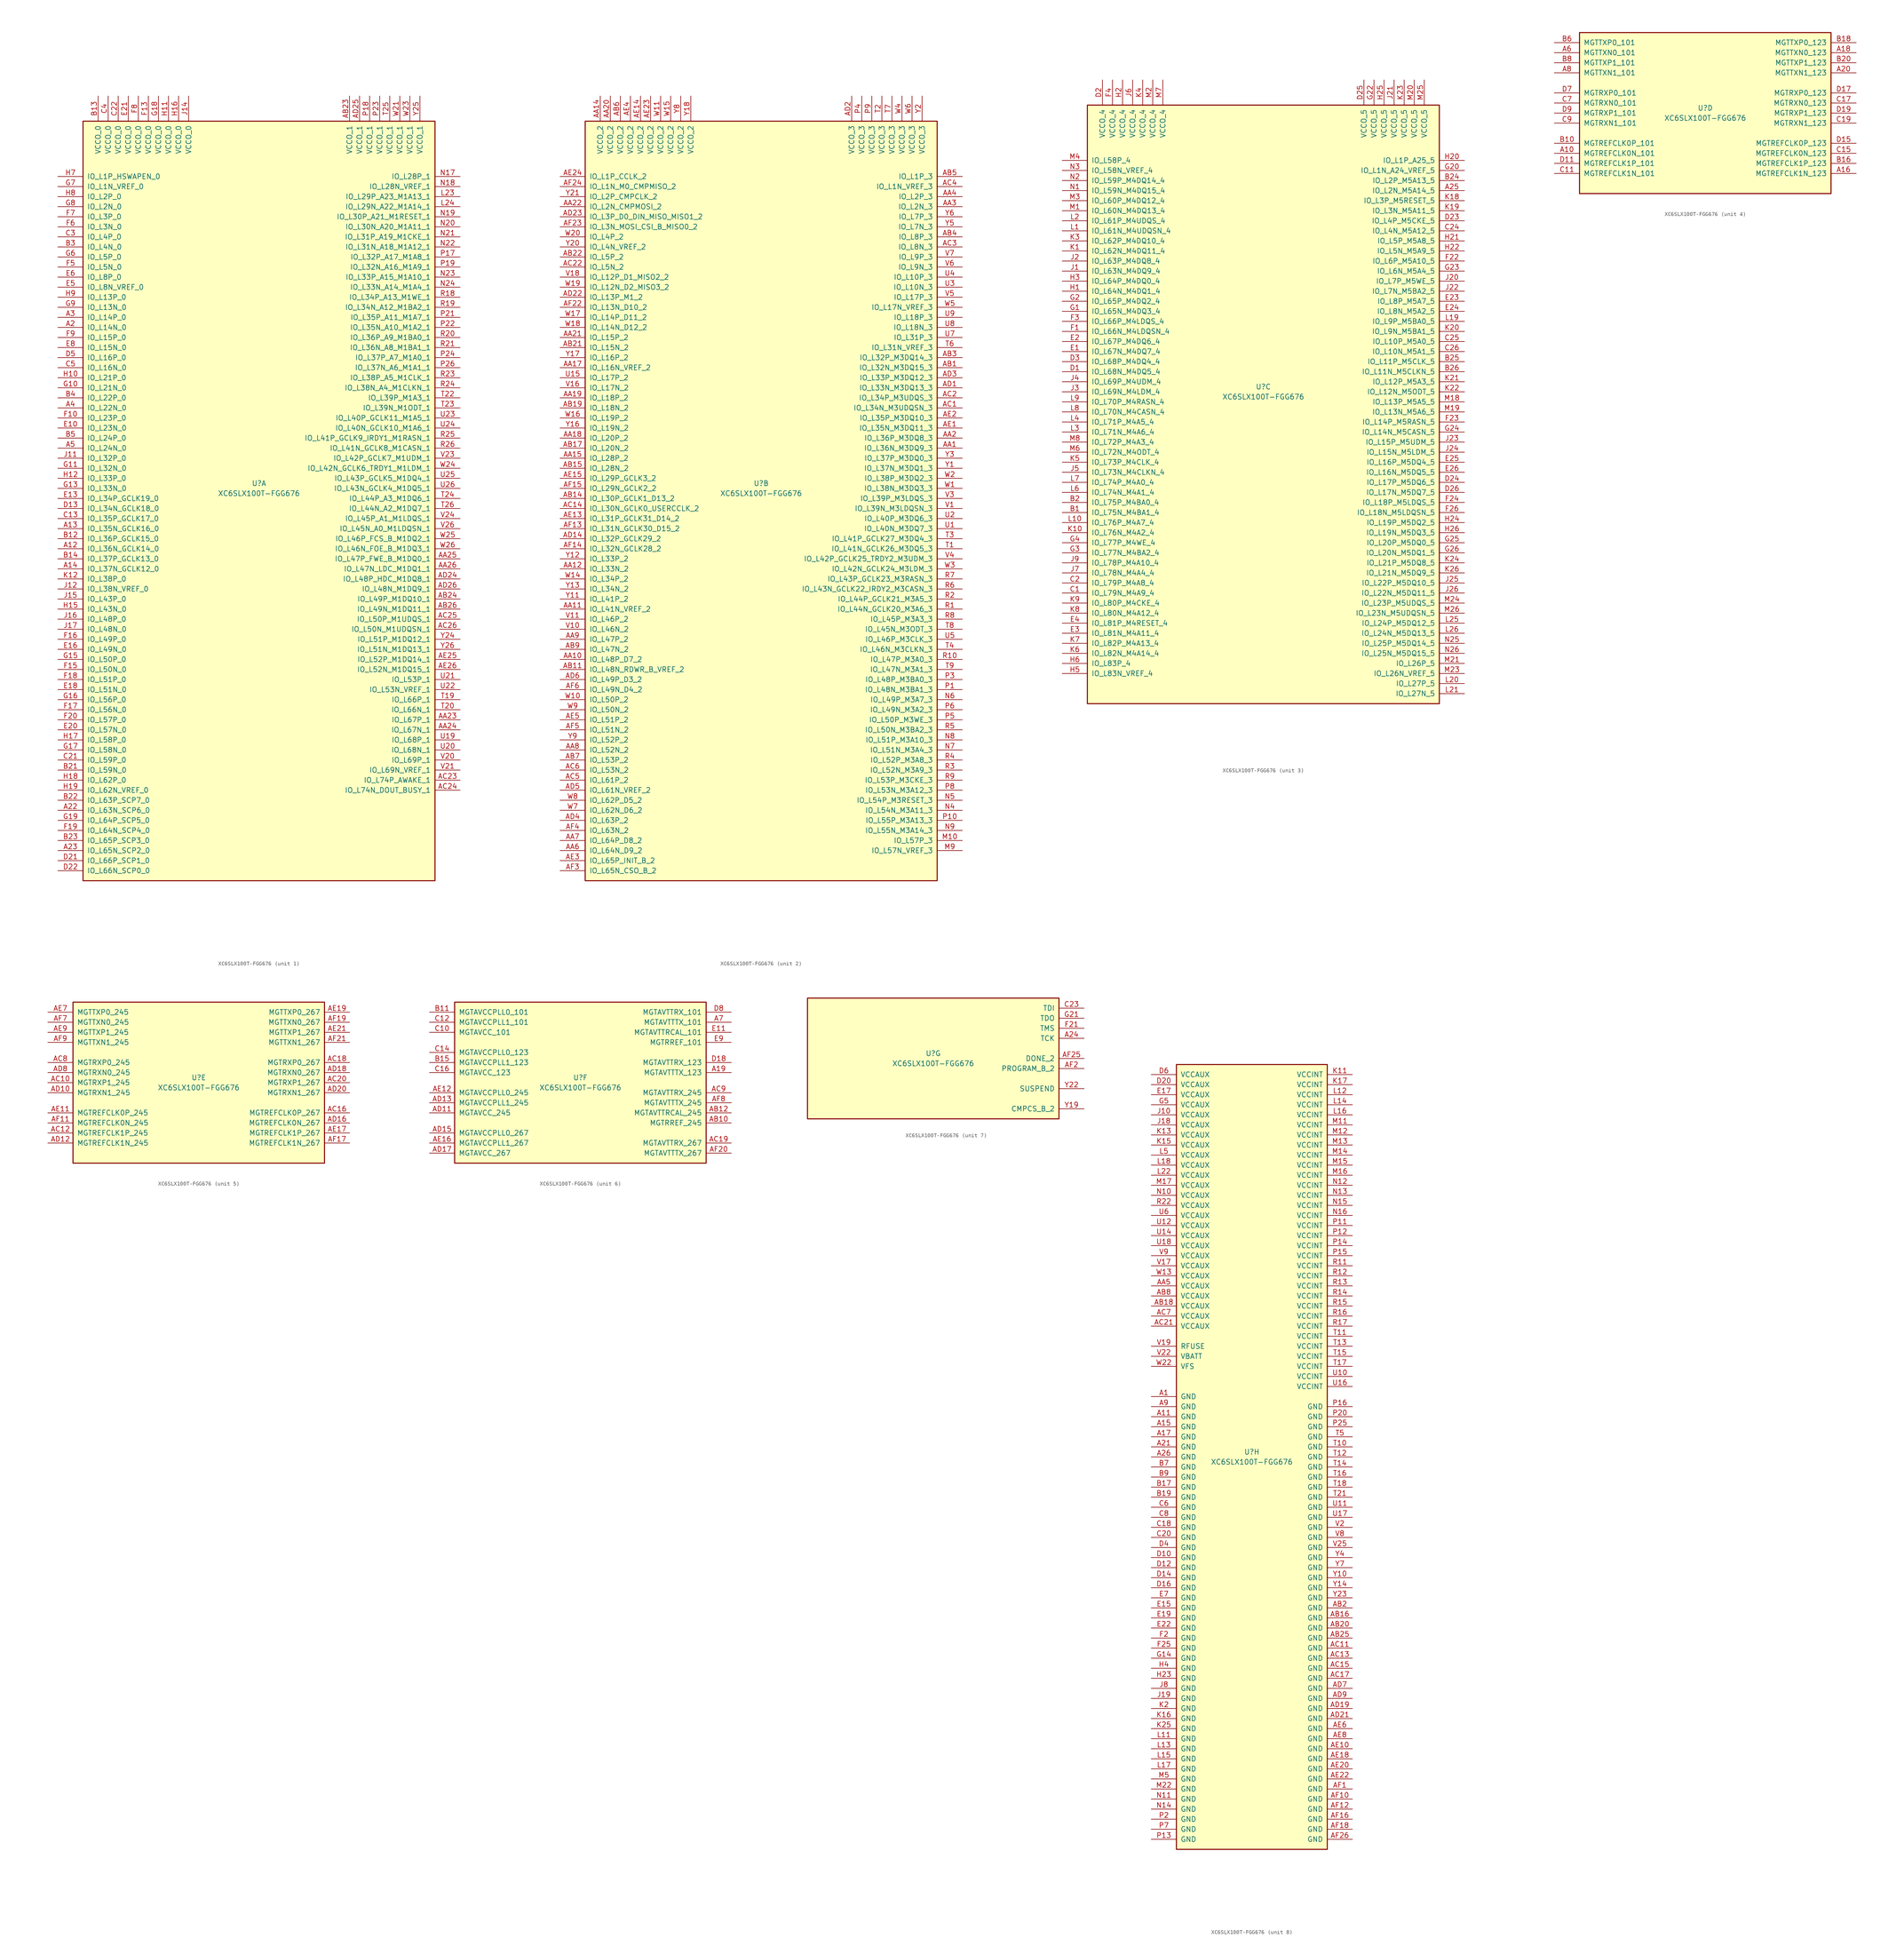
<source format=kicad_sym>
(kicad_symbol_lib
  (version 20201005)
  (generator kicad_symbol_editor)
  (symbol "FPGA_Xilinx_Spartan6:XC6SLX100T-FGG676"
    (pin_names
      (offset 1.016))
    (property "Reference" "U"
      (at 0 1.27 0)
      (effects (font (size 1.27 1.27))))
    (property "Value" "XC6SLX100T-FGG676"
      (at 0 -1.27 0)
      (effects (font (size 1.27 1.27))))
    (property "Datasheet" ""
      (at 0 0 0)
      (effects (font (size 1.27 1.27))))
    (property "ki_locked" ""
      (at 0 0 0)
      (effects (font (size 1.27 1.27))))
    (symbol "XC6SLX100T-FGG676_1_1"
      (rectangle (start -44.45 92.71) (end 44.45 -99.06) (stroke (width 0.254)) (fill (type background)))
      (pin power_in line (at -40.64 99.06 270) (length 6.35) (name "VCCO_0" (effects (font (size 1.27 1.27)))) (number "B13" (effects (font (size 1.27 1.27)))))
      (pin power_in line (at -38.1 99.06 270) (length 6.35) (name "VCCO_0" (effects (font (size 1.27 1.27)))) (number "C4" (effects (font (size 1.27 1.27)))))
      (pin power_in line (at -35.56 99.06 270) (length 6.35) (name "VCCO_0" (effects (font (size 1.27 1.27)))) (number "C22" (effects (font (size 1.27 1.27)))))
      (pin power_in line (at -33.02 99.06 270) (length 6.35) (name "VCCO_0" (effects (font (size 1.27 1.27)))) (number "E21" (effects (font (size 1.27 1.27)))))
      (pin power_in line (at -30.48 99.06 270) (length 6.35) (name "VCCO_0" (effects (font (size 1.27 1.27)))) (number "F8" (effects (font (size 1.27 1.27)))))
      (pin power_in line (at -27.94 99.06 270) (length 6.35) (name "VCCO_0" (effects (font (size 1.27 1.27)))) (number "F13" (effects (font (size 1.27 1.27)))))
      (pin power_in line (at -25.4 99.06 270) (length 6.35) (name "VCCO_0" (effects (font (size 1.27 1.27)))) (number "G18" (effects (font (size 1.27 1.27)))))
      (pin power_in line (at -22.86 99.06 270) (length 6.35) (name "VCCO_0" (effects (font (size 1.27 1.27)))) (number "H11" (effects (font (size 1.27 1.27)))))
      (pin power_in line (at -20.32 99.06 270) (length 6.35) (name "VCCO_0" (effects (font (size 1.27 1.27)))) (number "H16" (effects (font (size 1.27 1.27)))))
      (pin power_in line (at -17.78 99.06 270) (length 6.35) (name "VCCO_0" (effects (font (size 1.27 1.27)))) (number "J14" (effects (font (size 1.27 1.27)))))
      (pin bidirectional line (at -50.8 78.74 0) (length 6.35) (name "IO_L1P_HSWAPEN_0" (effects (font (size 1.27 1.27)))) (number "H7" (effects (font (size 1.27 1.27)))))
      (pin bidirectional line (at -50.8 76.2 0) (length 6.35) (name "IO_L1N_VREF_0" (effects (font (size 1.27 1.27)))) (number "G7" (effects (font (size 1.27 1.27)))))
      (pin bidirectional line (at -50.8 73.66 0) (length 6.35) (name "IO_L2P_0" (effects (font (size 1.27 1.27)))) (number "H8" (effects (font (size 1.27 1.27)))))
      (pin bidirectional line (at -50.8 71.12 0) (length 6.35) (name "IO_L2N_0" (effects (font (size 1.27 1.27)))) (number "G8" (effects (font (size 1.27 1.27)))))
      (pin bidirectional line (at -50.8 68.58 0) (length 6.35) (name "IO_L3P_0" (effects (font (size 1.27 1.27)))) (number "F7" (effects (font (size 1.27 1.27)))))
      (pin bidirectional line (at -50.8 66.04 0) (length 6.35) (name "IO_L3N_0" (effects (font (size 1.27 1.27)))) (number "F6" (effects (font (size 1.27 1.27)))))
      (pin bidirectional line (at -50.8 63.5 0) (length 6.35) (name "IO_L4P_0" (effects (font (size 1.27 1.27)))) (number "C3" (effects (font (size 1.27 1.27)))))
      (pin bidirectional line (at -50.8 60.96 0) (length 6.35) (name "IO_L4N_0" (effects (font (size 1.27 1.27)))) (number "B3" (effects (font (size 1.27 1.27)))))
      (pin bidirectional line (at -50.8 58.42 0) (length 6.35) (name "IO_L5P_0" (effects (font (size 1.27 1.27)))) (number "G6" (effects (font (size 1.27 1.27)))))
      (pin bidirectional line (at -50.8 55.88 0) (length 6.35) (name "IO_L5N_0" (effects (font (size 1.27 1.27)))) (number "F5" (effects (font (size 1.27 1.27)))))
      (pin bidirectional line (at -50.8 53.34 0) (length 6.35) (name "IO_L8P_0" (effects (font (size 1.27 1.27)))) (number "E6" (effects (font (size 1.27 1.27)))))
      (pin bidirectional line (at -50.8 50.8 0) (length 6.35) (name "IO_L8N_VREF_0" (effects (font (size 1.27 1.27)))) (number "E5" (effects (font (size 1.27 1.27)))))
      (pin bidirectional line (at -50.8 48.26 0) (length 6.35) (name "IO_L13P_0" (effects (font (size 1.27 1.27)))) (number "H9" (effects (font (size 1.27 1.27)))))
      (pin bidirectional line (at -50.8 45.72 0) (length 6.35) (name "IO_L13N_0" (effects (font (size 1.27 1.27)))) (number "G9" (effects (font (size 1.27 1.27)))))
      (pin bidirectional line (at -50.8 43.18 0) (length 6.35) (name "IO_L14P_0" (effects (font (size 1.27 1.27)))) (number "A3" (effects (font (size 1.27 1.27)))))
      (pin bidirectional line (at -50.8 40.64 0) (length 6.35) (name "IO_L14N_0" (effects (font (size 1.27 1.27)))) (number "A2" (effects (font (size 1.27 1.27)))))
      (pin bidirectional line (at -50.8 38.1 0) (length 6.35) (name "IO_L15P_0" (effects (font (size 1.27 1.27)))) (number "F9" (effects (font (size 1.27 1.27)))))
      (pin bidirectional line (at -50.8 35.56 0) (length 6.35) (name "IO_L15N_0" (effects (font (size 1.27 1.27)))) (number "E8" (effects (font (size 1.27 1.27)))))
      (pin bidirectional line (at -50.8 33.02 0) (length 6.35) (name "IO_L16P_0" (effects (font (size 1.27 1.27)))) (number "D5" (effects (font (size 1.27 1.27)))))
      (pin bidirectional line (at -50.8 30.48 0) (length 6.35) (name "IO_L16N_0" (effects (font (size 1.27 1.27)))) (number "C5" (effects (font (size 1.27 1.27)))))
      (pin bidirectional line (at -50.8 27.94 0) (length 6.35) (name "IO_L21P_0" (effects (font (size 1.27 1.27)))) (number "H10" (effects (font (size 1.27 1.27)))))
      (pin bidirectional line (at -50.8 25.4 0) (length 6.35) (name "IO_L21N_0" (effects (font (size 1.27 1.27)))) (number "G10" (effects (font (size 1.27 1.27)))))
      (pin bidirectional line (at -50.8 22.86 0) (length 6.35) (name "IO_L22P_0" (effects (font (size 1.27 1.27)))) (number "B4" (effects (font (size 1.27 1.27)))))
      (pin bidirectional line (at -50.8 20.32 0) (length 6.35) (name "IO_L22N_0" (effects (font (size 1.27 1.27)))) (number "A4" (effects (font (size 1.27 1.27)))))
      (pin bidirectional line (at -50.8 17.78 0) (length 6.35) (name "IO_L23P_0" (effects (font (size 1.27 1.27)))) (number "F10" (effects (font (size 1.27 1.27)))))
      (pin bidirectional line (at -50.8 15.24 0) (length 6.35) (name "IO_L23N_0" (effects (font (size 1.27 1.27)))) (number "E10" (effects (font (size 1.27 1.27)))))
      (pin bidirectional line (at -50.8 12.7 0) (length 6.35) (name "IO_L24P_0" (effects (font (size 1.27 1.27)))) (number "B5" (effects (font (size 1.27 1.27)))))
      (pin bidirectional line (at -50.8 10.16 0) (length 6.35) (name "IO_L24N_0" (effects (font (size 1.27 1.27)))) (number "A5" (effects (font (size 1.27 1.27)))))
      (pin bidirectional line (at -50.8 7.62 0) (length 6.35) (name "IO_L32P_0" (effects (font (size 1.27 1.27)))) (number "J11" (effects (font (size 1.27 1.27)))))
      (pin bidirectional line (at -50.8 5.08 0) (length 6.35) (name "IO_L32N_0" (effects (font (size 1.27 1.27)))) (number "G11" (effects (font (size 1.27 1.27)))))
      (pin bidirectional line (at -50.8 2.54 0) (length 6.35) (name "IO_L33P_0" (effects (font (size 1.27 1.27)))) (number "H12" (effects (font (size 1.27 1.27)))))
      (pin bidirectional line (at -50.8 0 0) (length 6.35) (name "IO_L33N_0" (effects (font (size 1.27 1.27)))) (number "G13" (effects (font (size 1.27 1.27)))))
      (pin bidirectional line (at -50.8 -2.54 0) (length 6.35) (name "IO_L34P_GCLK19_0" (effects (font (size 1.27 1.27)))) (number "E13" (effects (font (size 1.27 1.27)))))
      (pin bidirectional line (at -50.8 -5.08 0) (length 6.35) (name "IO_L34N_GCLK18_0" (effects (font (size 1.27 1.27)))) (number "D13" (effects (font (size 1.27 1.27)))))
      (pin bidirectional line (at -50.8 -7.62 0) (length 6.35) (name "IO_L35P_GCLK17_0" (effects (font (size 1.27 1.27)))) (number "C13" (effects (font (size 1.27 1.27)))))
      (pin bidirectional line (at -50.8 -10.16 0) (length 6.35) (name "IO_L35N_GCLK16_0" (effects (font (size 1.27 1.27)))) (number "A13" (effects (font (size 1.27 1.27)))))
      (pin bidirectional line (at -50.8 -12.7 0) (length 6.35) (name "IO_L36P_GCLK15_0" (effects (font (size 1.27 1.27)))) (number "B12" (effects (font (size 1.27 1.27)))))
      (pin bidirectional line (at -50.8 -15.24 0) (length 6.35) (name "IO_L36N_GCLK14_0" (effects (font (size 1.27 1.27)))) (number "A12" (effects (font (size 1.27 1.27)))))
      (pin bidirectional line (at -50.8 -17.78 0) (length 6.35) (name "IO_L37P_GCLK13_0" (effects (font (size 1.27 1.27)))) (number "B14" (effects (font (size 1.27 1.27)))))
      (pin bidirectional line (at -50.8 -20.32 0) (length 6.35) (name "IO_L37N_GCLK12_0" (effects (font (size 1.27 1.27)))) (number "A14" (effects (font (size 1.27 1.27)))))
      (pin bidirectional line (at -50.8 -22.86 0) (length 6.35) (name "IO_L38P_0" (effects (font (size 1.27 1.27)))) (number "K12" (effects (font (size 1.27 1.27)))))
      (pin bidirectional line (at -50.8 -25.4 0) (length 6.35) (name "IO_L38N_VREF_0" (effects (font (size 1.27 1.27)))) (number "J12" (effects (font (size 1.27 1.27)))))
      (pin bidirectional line (at -50.8 -27.94 0) (length 6.35) (name "IO_L43P_0" (effects (font (size 1.27 1.27)))) (number "J15" (effects (font (size 1.27 1.27)))))
      (pin bidirectional line (at -50.8 -30.48 0) (length 6.35) (name "IO_L43N_0" (effects (font (size 1.27 1.27)))) (number "H15" (effects (font (size 1.27 1.27)))))
      (pin bidirectional line (at -50.8 -33.02 0) (length 6.35) (name "IO_L48P_0" (effects (font (size 1.27 1.27)))) (number "J16" (effects (font (size 1.27 1.27)))))
      (pin bidirectional line (at -50.8 -35.56 0) (length 6.35) (name "IO_L48N_0" (effects (font (size 1.27 1.27)))) (number "J17" (effects (font (size 1.27 1.27)))))
      (pin bidirectional line (at -50.8 -38.1 0) (length 6.35) (name "IO_L49P_0" (effects (font (size 1.27 1.27)))) (number "F16" (effects (font (size 1.27 1.27)))))
      (pin bidirectional line (at -50.8 -40.64 0) (length 6.35) (name "IO_L49N_0" (effects (font (size 1.27 1.27)))) (number "E16" (effects (font (size 1.27 1.27)))))
      (pin bidirectional line (at -50.8 -43.18 0) (length 6.35) (name "IO_L50P_0" (effects (font (size 1.27 1.27)))) (number "G15" (effects (font (size 1.27 1.27)))))
      (pin bidirectional line (at -50.8 -45.72 0) (length 6.35) (name "IO_L50N_0" (effects (font (size 1.27 1.27)))) (number "F15" (effects (font (size 1.27 1.27)))))
      (pin bidirectional line (at -50.8 -48.26 0) (length 6.35) (name "IO_L51P_0" (effects (font (size 1.27 1.27)))) (number "F18" (effects (font (size 1.27 1.27)))))
      (pin bidirectional line (at -50.8 -50.8 0) (length 6.35) (name "IO_L51N_0" (effects (font (size 1.27 1.27)))) (number "E18" (effects (font (size 1.27 1.27)))))
      (pin bidirectional line (at -50.8 -53.34 0) (length 6.35) (name "IO_L56P_0" (effects (font (size 1.27 1.27)))) (number "G16" (effects (font (size 1.27 1.27)))))
      (pin bidirectional line (at -50.8 -55.88 0) (length 6.35) (name "IO_L56N_0" (effects (font (size 1.27 1.27)))) (number "F17" (effects (font (size 1.27 1.27)))))
      (pin bidirectional line (at -50.8 -58.42 0) (length 6.35) (name "IO_L57P_0" (effects (font (size 1.27 1.27)))) (number "F20" (effects (font (size 1.27 1.27)))))
      (pin bidirectional line (at -50.8 -60.96 0) (length 6.35) (name "IO_L57N_0" (effects (font (size 1.27 1.27)))) (number "E20" (effects (font (size 1.27 1.27)))))
      (pin bidirectional line (at -50.8 -63.5 0) (length 6.35) (name "IO_L58P_0" (effects (font (size 1.27 1.27)))) (number "H17" (effects (font (size 1.27 1.27)))))
      (pin bidirectional line (at -50.8 -66.04 0) (length 6.35) (name "IO_L58N_0" (effects (font (size 1.27 1.27)))) (number "G17" (effects (font (size 1.27 1.27)))))
      (pin bidirectional line (at -50.8 -68.58 0) (length 6.35) (name "IO_L59P_0" (effects (font (size 1.27 1.27)))) (number "C21" (effects (font (size 1.27 1.27)))))
      (pin bidirectional line (at -50.8 -71.12 0) (length 6.35) (name "IO_L59N_0" (effects (font (size 1.27 1.27)))) (number "B21" (effects (font (size 1.27 1.27)))))
      (pin bidirectional line (at -50.8 -73.66 0) (length 6.35) (name "IO_L62P_0" (effects (font (size 1.27 1.27)))) (number "H18" (effects (font (size 1.27 1.27)))))
      (pin bidirectional line (at -50.8 -76.2 0) (length 6.35) (name "IO_L62N_VREF_0" (effects (font (size 1.27 1.27)))) (number "H19" (effects (font (size 1.27 1.27)))))
      (pin bidirectional line (at -50.8 -78.74 0) (length 6.35) (name "IO_L63P_SCP7_0" (effects (font (size 1.27 1.27)))) (number "B22" (effects (font (size 1.27 1.27)))))
      (pin bidirectional line (at -50.8 -81.28 0) (length 6.35) (name "IO_L63N_SCP6_0" (effects (font (size 1.27 1.27)))) (number "A22" (effects (font (size 1.27 1.27)))))
      (pin bidirectional line (at -50.8 -83.82 0) (length 6.35) (name "IO_L64P_SCP5_0" (effects (font (size 1.27 1.27)))) (number "G19" (effects (font (size 1.27 1.27)))))
      (pin bidirectional line (at -50.8 -86.36 0) (length 6.35) (name "IO_L64N_SCP4_0" (effects (font (size 1.27 1.27)))) (number "F19" (effects (font (size 1.27 1.27)))))
      (pin bidirectional line (at -50.8 -88.9 0) (length 6.35) (name "IO_L65P_SCP3_0" (effects (font (size 1.27 1.27)))) (number "B23" (effects (font (size 1.27 1.27)))))
      (pin bidirectional line (at -50.8 -91.44 0) (length 6.35) (name "IO_L65N_SCP2_0" (effects (font (size 1.27 1.27)))) (number "A23" (effects (font (size 1.27 1.27)))))
      (pin bidirectional line (at -50.8 -93.98 0) (length 6.35) (name "IO_L66P_SCP1_0" (effects (font (size 1.27 1.27)))) (number "D21" (effects (font (size 1.27 1.27)))))
      (pin bidirectional line (at -50.8 -96.52 0) (length 6.35) (name "IO_L66N_SCP0_0" (effects (font (size 1.27 1.27)))) (number "D22" (effects (font (size 1.27 1.27)))))
      (pin power_in line (at 22.86 99.06 270) (length 6.35) (name "VCCO_1" (effects (font (size 1.27 1.27)))) (number "AB23" (effects (font (size 1.27 1.27)))))
      (pin power_in line (at 25.4 99.06 270) (length 6.35) (name "VCCO_1" (effects (font (size 1.27 1.27)))) (number "AD25" (effects (font (size 1.27 1.27)))))
      (pin power_in line (at 27.94 99.06 270) (length 6.35) (name "VCCO_1" (effects (font (size 1.27 1.27)))) (number "P18" (effects (font (size 1.27 1.27)))))
      (pin power_in line (at 30.48 99.06 270) (length 6.35) (name "VCCO_1" (effects (font (size 1.27 1.27)))) (number "P23" (effects (font (size 1.27 1.27)))))
      (pin power_in line (at 33.02 99.06 270) (length 6.35) (name "VCCO_1" (effects (font (size 1.27 1.27)))) (number "T25" (effects (font (size 1.27 1.27)))))
      (pin power_in line (at 35.56 99.06 270) (length 6.35) (name "VCCO_1" (effects (font (size 1.27 1.27)))) (number "W21" (effects (font (size 1.27 1.27)))))
      (pin power_in line (at 38.1 99.06 270) (length 6.35) (name "VCCO_1" (effects (font (size 1.27 1.27)))) (number "W23" (effects (font (size 1.27 1.27)))))
      (pin power_in line (at 40.64 99.06 270) (length 6.35) (name "VCCO_1" (effects (font (size 1.27 1.27)))) (number "Y25" (effects (font (size 1.27 1.27)))))
      (pin bidirectional line (at 50.8 78.74 180) (length 6.35) (name "IO_L28P_1" (effects (font (size 1.27 1.27)))) (number "N17" (effects (font (size 1.27 1.27)))))
      (pin bidirectional line (at 50.8 76.2 180) (length 6.35) (name "IO_L28N_VREF_1" (effects (font (size 1.27 1.27)))) (number "N18" (effects (font (size 1.27 1.27)))))
      (pin bidirectional line (at 50.8 73.66 180) (length 6.35) (name "IO_L29P_A23_M1A13_1" (effects (font (size 1.27 1.27)))) (number "L23" (effects (font (size 1.27 1.27)))))
      (pin bidirectional line (at 50.8 71.12 180) (length 6.35) (name "IO_L29N_A22_M1A14_1" (effects (font (size 1.27 1.27)))) (number "L24" (effects (font (size 1.27 1.27)))))
      (pin bidirectional line (at 50.8 68.58 180) (length 6.35) (name "IO_L30P_A21_M1RESET_1" (effects (font (size 1.27 1.27)))) (number "N19" (effects (font (size 1.27 1.27)))))
      (pin bidirectional line (at 50.8 66.04 180) (length 6.35) (name "IO_L30N_A20_M1A11_1" (effects (font (size 1.27 1.27)))) (number "N20" (effects (font (size 1.27 1.27)))))
      (pin bidirectional line (at 50.8 63.5 180) (length 6.35) (name "IO_L31P_A19_M1CKE_1" (effects (font (size 1.27 1.27)))) (number "N21" (effects (font (size 1.27 1.27)))))
      (pin bidirectional line (at 50.8 60.96 180) (length 6.35) (name "IO_L31N_A18_M1A12_1" (effects (font (size 1.27 1.27)))) (number "N22" (effects (font (size 1.27 1.27)))))
      (pin bidirectional line (at 50.8 58.42 180) (length 6.35) (name "IO_L32P_A17_M1A8_1" (effects (font (size 1.27 1.27)))) (number "P17" (effects (font (size 1.27 1.27)))))
      (pin bidirectional line (at 50.8 55.88 180) (length 6.35) (name "IO_L32N_A16_M1A9_1" (effects (font (size 1.27 1.27)))) (number "P19" (effects (font (size 1.27 1.27)))))
      (pin bidirectional line (at 50.8 53.34 180) (length 6.35) (name "IO_L33P_A15_M1A10_1" (effects (font (size 1.27 1.27)))) (number "N23" (effects (font (size 1.27 1.27)))))
      (pin bidirectional line (at 50.8 50.8 180) (length 6.35) (name "IO_L33N_A14_M1A4_1" (effects (font (size 1.27 1.27)))) (number "N24" (effects (font (size 1.27 1.27)))))
      (pin bidirectional line (at 50.8 48.26 180) (length 6.35) (name "IO_L34P_A13_M1WE_1" (effects (font (size 1.27 1.27)))) (number "R18" (effects (font (size 1.27 1.27)))))
      (pin bidirectional line (at 50.8 45.72 180) (length 6.35) (name "IO_L34N_A12_M1BA2_1" (effects (font (size 1.27 1.27)))) (number "R19" (effects (font (size 1.27 1.27)))))
      (pin bidirectional line (at 50.8 43.18 180) (length 6.35) (name "IO_L35P_A11_M1A7_1" (effects (font (size 1.27 1.27)))) (number "P21" (effects (font (size 1.27 1.27)))))
      (pin bidirectional line (at 50.8 40.64 180) (length 6.35) (name "IO_L35N_A10_M1A2_1" (effects (font (size 1.27 1.27)))) (number "P22" (effects (font (size 1.27 1.27)))))
      (pin bidirectional line (at 50.8 38.1 180) (length 6.35) (name "IO_L36P_A9_M1BA0_1" (effects (font (size 1.27 1.27)))) (number "R20" (effects (font (size 1.27 1.27)))))
      (pin bidirectional line (at 50.8 35.56 180) (length 6.35) (name "IO_L36N_A8_M1BA1_1" (effects (font (size 1.27 1.27)))) (number "R21" (effects (font (size 1.27 1.27)))))
      (pin bidirectional line (at 50.8 33.02 180) (length 6.35) (name "IO_L37P_A7_M1A0_1" (effects (font (size 1.27 1.27)))) (number "P24" (effects (font (size 1.27 1.27)))))
      (pin bidirectional line (at 50.8 30.48 180) (length 6.35) (name "IO_L37N_A6_M1A1_1" (effects (font (size 1.27 1.27)))) (number "P26" (effects (font (size 1.27 1.27)))))
      (pin bidirectional line (at 50.8 27.94 180) (length 6.35) (name "IO_L38P_A5_M1CLK_1" (effects (font (size 1.27 1.27)))) (number "R23" (effects (font (size 1.27 1.27)))))
      (pin bidirectional line (at 50.8 25.4 180) (length 6.35) (name "IO_L38N_A4_M1CLKN_1" (effects (font (size 1.27 1.27)))) (number "R24" (effects (font (size 1.27 1.27)))))
      (pin bidirectional line (at 50.8 22.86 180) (length 6.35) (name "IO_L39P_M1A3_1" (effects (font (size 1.27 1.27)))) (number "T22" (effects (font (size 1.27 1.27)))))
      (pin bidirectional line (at 50.8 20.32 180) (length 6.35) (name "IO_L39N_M1ODT_1" (effects (font (size 1.27 1.27)))) (number "T23" (effects (font (size 1.27 1.27)))))
      (pin bidirectional line (at 50.8 17.78 180) (length 6.35) (name "IO_L40P_GCLK11_M1A5_1" (effects (font (size 1.27 1.27)))) (number "U23" (effects (font (size 1.27 1.27)))))
      (pin bidirectional line (at 50.8 15.24 180) (length 6.35) (name "IO_L40N_GCLK10_M1A6_1" (effects (font (size 1.27 1.27)))) (number "U24" (effects (font (size 1.27 1.27)))))
      (pin bidirectional line (at 50.8 12.7 180) (length 6.35) (name "IO_L41P_GCLK9_IRDY1_M1RASN_1" (effects (font (size 1.27 1.27)))) (number "R25" (effects (font (size 1.27 1.27)))))
      (pin bidirectional line (at 50.8 10.16 180) (length 6.35) (name "IO_L41N_GCLK8_M1CASN_1" (effects (font (size 1.27 1.27)))) (number "R26" (effects (font (size 1.27 1.27)))))
      (pin bidirectional line (at 50.8 7.62 180) (length 6.35) (name "IO_L42P_GCLK7_M1UDM_1" (effects (font (size 1.27 1.27)))) (number "V23" (effects (font (size 1.27 1.27)))))
      (pin bidirectional line (at 50.8 5.08 180) (length 6.35) (name "IO_L42N_GCLK6_TRDY1_M1LDM_1" (effects (font (size 1.27 1.27)))) (number "W24" (effects (font (size 1.27 1.27)))))
      (pin bidirectional line (at 50.8 2.54 180) (length 6.35) (name "IO_L43P_GCLK5_M1DQ4_1" (effects (font (size 1.27 1.27)))) (number "U25" (effects (font (size 1.27 1.27)))))
      (pin bidirectional line (at 50.8 0 180) (length 6.35) (name "IO_L43N_GCLK4_M1DQ5_1" (effects (font (size 1.27 1.27)))) (number "U26" (effects (font (size 1.27 1.27)))))
      (pin bidirectional line (at 50.8 -2.54 180) (length 6.35) (name "IO_L44P_A3_M1DQ6_1" (effects (font (size 1.27 1.27)))) (number "T24" (effects (font (size 1.27 1.27)))))
      (pin bidirectional line (at 50.8 -5.08 180) (length 6.35) (name "IO_L44N_A2_M1DQ7_1" (effects (font (size 1.27 1.27)))) (number "T26" (effects (font (size 1.27 1.27)))))
      (pin bidirectional line (at 50.8 -7.62 180) (length 6.35) (name "IO_L45P_A1_M1LDQS_1" (effects (font (size 1.27 1.27)))) (number "V24" (effects (font (size 1.27 1.27)))))
      (pin bidirectional line (at 50.8 -10.16 180) (length 6.35) (name "IO_L45N_A0_M1LDQSN_1" (effects (font (size 1.27 1.27)))) (number "V26" (effects (font (size 1.27 1.27)))))
      (pin bidirectional line (at 50.8 -12.7 180) (length 6.35) (name "IO_L46P_FCS_B_M1DQ2_1" (effects (font (size 1.27 1.27)))) (number "W25" (effects (font (size 1.27 1.27)))))
      (pin bidirectional line (at 50.8 -15.24 180) (length 6.35) (name "IO_L46N_FOE_B_M1DQ3_1" (effects (font (size 1.27 1.27)))) (number "W26" (effects (font (size 1.27 1.27)))))
      (pin bidirectional line (at 50.8 -17.78 180) (length 6.35) (name "IO_L47P_FWE_B_M1DQ0_1" (effects (font (size 1.27 1.27)))) (number "AA25" (effects (font (size 1.27 1.27)))))
      (pin bidirectional line (at 50.8 -20.32 180) (length 6.35) (name "IO_L47N_LDC_M1DQ1_1" (effects (font (size 1.27 1.27)))) (number "AA26" (effects (font (size 1.27 1.27)))))
      (pin bidirectional line (at 50.8 -22.86 180) (length 6.35) (name "IO_L48P_HDC_M1DQ8_1" (effects (font (size 1.27 1.27)))) (number "AD24" (effects (font (size 1.27 1.27)))))
      (pin bidirectional line (at 50.8 -25.4 180) (length 6.35) (name "IO_L48N_M1DQ9_1" (effects (font (size 1.27 1.27)))) (number "AD26" (effects (font (size 1.27 1.27)))))
      (pin bidirectional line (at 50.8 -27.94 180) (length 6.35) (name "IO_L49P_M1DQ10_1" (effects (font (size 1.27 1.27)))) (number "AB24" (effects (font (size 1.27 1.27)))))
      (pin bidirectional line (at 50.8 -30.48 180) (length 6.35) (name "IO_L49N_M1DQ11_1" (effects (font (size 1.27 1.27)))) (number "AB26" (effects (font (size 1.27 1.27)))))
      (pin bidirectional line (at 50.8 -33.02 180) (length 6.35) (name "IO_L50P_M1UDQS_1" (effects (font (size 1.27 1.27)))) (number "AC25" (effects (font (size 1.27 1.27)))))
      (pin bidirectional line (at 50.8 -35.56 180) (length 6.35) (name "IO_L50N_M1UDQSN_1" (effects (font (size 1.27 1.27)))) (number "AC26" (effects (font (size 1.27 1.27)))))
      (pin bidirectional line (at 50.8 -38.1 180) (length 6.35) (name "IO_L51P_M1DQ12_1" (effects (font (size 1.27 1.27)))) (number "Y24" (effects (font (size 1.27 1.27)))))
      (pin bidirectional line (at 50.8 -40.64 180) (length 6.35) (name "IO_L51N_M1DQ13_1" (effects (font (size 1.27 1.27)))) (number "Y26" (effects (font (size 1.27 1.27)))))
      (pin bidirectional line (at 50.8 -43.18 180) (length 6.35) (name "IO_L52P_M1DQ14_1" (effects (font (size 1.27 1.27)))) (number "AE25" (effects (font (size 1.27 1.27)))))
      (pin bidirectional line (at 50.8 -45.72 180) (length 6.35) (name "IO_L52N_M1DQ15_1" (effects (font (size 1.27 1.27)))) (number "AE26" (effects (font (size 1.27 1.27)))))
      (pin bidirectional line (at 50.8 -48.26 180) (length 6.35) (name "IO_L53P_1" (effects (font (size 1.27 1.27)))) (number "U21" (effects (font (size 1.27 1.27)))))
      (pin bidirectional line (at 50.8 -50.8 180) (length 6.35) (name "IO_L53N_VREF_1" (effects (font (size 1.27 1.27)))) (number "U22" (effects (font (size 1.27 1.27)))))
      (pin bidirectional line (at 50.8 -53.34 180) (length 6.35) (name "IO_L66P_1" (effects (font (size 1.27 1.27)))) (number "T19" (effects (font (size 1.27 1.27)))))
      (pin bidirectional line (at 50.8 -55.88 180) (length 6.35) (name "IO_L66N_1" (effects (font (size 1.27 1.27)))) (number "T20" (effects (font (size 1.27 1.27)))))
      (pin bidirectional line (at 50.8 -58.42 180) (length 6.35) (name "IO_L67P_1" (effects (font (size 1.27 1.27)))) (number "AA23" (effects (font (size 1.27 1.27)))))
      (pin bidirectional line (at 50.8 -60.96 180) (length 6.35) (name "IO_L67N_1" (effects (font (size 1.27 1.27)))) (number "AA24" (effects (font (size 1.27 1.27)))))
      (pin bidirectional line (at 50.8 -63.5 180) (length 6.35) (name "IO_L68P_1" (effects (font (size 1.27 1.27)))) (number "U19" (effects (font (size 1.27 1.27)))))
      (pin bidirectional line (at 50.8 -66.04 180) (length 6.35) (name "IO_L68N_1" (effects (font (size 1.27 1.27)))) (number "U20" (effects (font (size 1.27 1.27)))))
      (pin bidirectional line (at 50.8 -68.58 180) (length 6.35) (name "IO_L69P_1" (effects (font (size 1.27 1.27)))) (number "V20" (effects (font (size 1.27 1.27)))))
      (pin bidirectional line (at 50.8 -71.12 180) (length 6.35) (name "IO_L69N_VREF_1" (effects (font (size 1.27 1.27)))) (number "V21" (effects (font (size 1.27 1.27)))))
      (pin bidirectional line (at 50.8 -73.66 180) (length 6.35) (name "IO_L74P_AWAKE_1" (effects (font (size 1.27 1.27)))) (number "AC23" (effects (font (size 1.27 1.27)))))
      (pin bidirectional line (at 50.8 -76.2 180) (length 6.35) (name "IO_L74N_DOUT_BUSY_1" (effects (font (size 1.27 1.27)))) (number "AC24" (effects (font (size 1.27 1.27))))))
    (symbol "XC6SLX100T-FGG676_2_1"
      (rectangle (start -44.45 92.71) (end 44.45 -99.06) (stroke (width 0.254)) (fill (type background)))
      (pin power_in line (at -40.64 99.06 270) (length 6.35) (name "VCCO_2" (effects (font (size 1.27 1.27)))) (number "AA14" (effects (font (size 1.27 1.27)))))
      (pin power_in line (at -38.1 99.06 270) (length 6.35) (name "VCCO_2" (effects (font (size 1.27 1.27)))) (number "AA20" (effects (font (size 1.27 1.27)))))
      (pin power_in line (at -35.56 99.06 270) (length 6.35) (name "VCCO_2" (effects (font (size 1.27 1.27)))) (number "AB6" (effects (font (size 1.27 1.27)))))
      (pin power_in line (at -33.02 99.06 270) (length 6.35) (name "VCCO_2" (effects (font (size 1.27 1.27)))) (number "AE4" (effects (font (size 1.27 1.27)))))
      (pin power_in line (at -30.48 99.06 270) (length 6.35) (name "VCCO_2" (effects (font (size 1.27 1.27)))) (number "AE14" (effects (font (size 1.27 1.27)))))
      (pin power_in line (at -27.94 99.06 270) (length 6.35) (name "VCCO_2" (effects (font (size 1.27 1.27)))) (number "AE23" (effects (font (size 1.27 1.27)))))
      (pin power_in line (at -25.4 99.06 270) (length 6.35) (name "VCCO_2" (effects (font (size 1.27 1.27)))) (number "W11" (effects (font (size 1.27 1.27)))))
      (pin power_in line (at -22.86 99.06 270) (length 6.35) (name "VCCO_2" (effects (font (size 1.27 1.27)))) (number "W15" (effects (font (size 1.27 1.27)))))
      (pin power_in line (at -20.32 99.06 270) (length 6.35) (name "VCCO_2" (effects (font (size 1.27 1.27)))) (number "Y8" (effects (font (size 1.27 1.27)))))
      (pin power_in line (at -17.78 99.06 270) (length 6.35) (name "VCCO_2" (effects (font (size 1.27 1.27)))) (number "Y18" (effects (font (size 1.27 1.27)))))
      (pin bidirectional line (at -50.8 78.74 0) (length 6.35) (name "IO_L1P_CCLK_2" (effects (font (size 1.27 1.27)))) (number "AE24" (effects (font (size 1.27 1.27)))))
      (pin bidirectional line (at -50.8 76.2 0) (length 6.35) (name "IO_L1N_M0_CMPMISO_2" (effects (font (size 1.27 1.27)))) (number "AF24" (effects (font (size 1.27 1.27)))))
      (pin bidirectional line (at -50.8 73.66 0) (length 6.35) (name "IO_L2P_CMPCLK_2" (effects (font (size 1.27 1.27)))) (number "Y21" (effects (font (size 1.27 1.27)))))
      (pin bidirectional line (at -50.8 71.12 0) (length 6.35) (name "IO_L2N_CMPMOSI_2" (effects (font (size 1.27 1.27)))) (number "AA22" (effects (font (size 1.27 1.27)))))
      (pin bidirectional line (at -50.8 68.58 0) (length 6.35) (name "IO_L3P_D0_DIN_MISO_MISO1_2" (effects (font (size 1.27 1.27)))) (number "AD23" (effects (font (size 1.27 1.27)))))
      (pin bidirectional line (at -50.8 66.04 0) (length 6.35) (name "IO_L3N_MOSI_CSI_B_MISO0_2" (effects (font (size 1.27 1.27)))) (number "AF23" (effects (font (size 1.27 1.27)))))
      (pin bidirectional line (at -50.8 63.5 0) (length 6.35) (name "IO_L4P_2" (effects (font (size 1.27 1.27)))) (number "W20" (effects (font (size 1.27 1.27)))))
      (pin bidirectional line (at -50.8 60.96 0) (length 6.35) (name "IO_L4N_VREF_2" (effects (font (size 1.27 1.27)))) (number "Y20" (effects (font (size 1.27 1.27)))))
      (pin bidirectional line (at -50.8 58.42 0) (length 6.35) (name "IO_L5P_2" (effects (font (size 1.27 1.27)))) (number "AB22" (effects (font (size 1.27 1.27)))))
      (pin bidirectional line (at -50.8 55.88 0) (length 6.35) (name "IO_L5N_2" (effects (font (size 1.27 1.27)))) (number "AC22" (effects (font (size 1.27 1.27)))))
      (pin bidirectional line (at -50.8 53.34 0) (length 6.35) (name "IO_L12P_D1_MISO2_2" (effects (font (size 1.27 1.27)))) (number "V18" (effects (font (size 1.27 1.27)))))
      (pin bidirectional line (at -50.8 50.8 0) (length 6.35) (name "IO_L12N_D2_MISO3_2" (effects (font (size 1.27 1.27)))) (number "W19" (effects (font (size 1.27 1.27)))))
      (pin bidirectional line (at -50.8 48.26 0) (length 6.35) (name "IO_L13P_M1_2" (effects (font (size 1.27 1.27)))) (number "AD22" (effects (font (size 1.27 1.27)))))
      (pin bidirectional line (at -50.8 45.72 0) (length 6.35) (name "IO_L13N_D10_2" (effects (font (size 1.27 1.27)))) (number "AF22" (effects (font (size 1.27 1.27)))))
      (pin bidirectional line (at -50.8 43.18 0) (length 6.35) (name "IO_L14P_D11_2" (effects (font (size 1.27 1.27)))) (number "W17" (effects (font (size 1.27 1.27)))))
      (pin bidirectional line (at -50.8 40.64 0) (length 6.35) (name "IO_L14N_D12_2" (effects (font (size 1.27 1.27)))) (number "W18" (effects (font (size 1.27 1.27)))))
      (pin bidirectional line (at -50.8 38.1 0) (length 6.35) (name "IO_L15P_2" (effects (font (size 1.27 1.27)))) (number "AA21" (effects (font (size 1.27 1.27)))))
      (pin bidirectional line (at -50.8 35.56 0) (length 6.35) (name "IO_L15N_2" (effects (font (size 1.27 1.27)))) (number "AB21" (effects (font (size 1.27 1.27)))))
      (pin bidirectional line (at -50.8 33.02 0) (length 6.35) (name "IO_L16P_2" (effects (font (size 1.27 1.27)))) (number "Y17" (effects (font (size 1.27 1.27)))))
      (pin bidirectional line (at -50.8 30.48 0) (length 6.35) (name "IO_L16N_VREF_2" (effects (font (size 1.27 1.27)))) (number "AA17" (effects (font (size 1.27 1.27)))))
      (pin bidirectional line (at -50.8 27.94 0) (length 6.35) (name "IO_L17P_2" (effects (font (size 1.27 1.27)))) (number "U15" (effects (font (size 1.27 1.27)))))
      (pin bidirectional line (at -50.8 25.4 0) (length 6.35) (name "IO_L17N_2" (effects (font (size 1.27 1.27)))) (number "V16" (effects (font (size 1.27 1.27)))))
      (pin bidirectional line (at -50.8 22.86 0) (length 6.35) (name "IO_L18P_2" (effects (font (size 1.27 1.27)))) (number "AA19" (effects (font (size 1.27 1.27)))))
      (pin bidirectional line (at -50.8 20.32 0) (length 6.35) (name "IO_L18N_2" (effects (font (size 1.27 1.27)))) (number "AB19" (effects (font (size 1.27 1.27)))))
      (pin bidirectional line (at -50.8 17.78 0) (length 6.35) (name "IO_L19P_2" (effects (font (size 1.27 1.27)))) (number "W16" (effects (font (size 1.27 1.27)))))
      (pin bidirectional line (at -50.8 15.24 0) (length 6.35) (name "IO_L19N_2" (effects (font (size 1.27 1.27)))) (number "Y16" (effects (font (size 1.27 1.27)))))
      (pin bidirectional line (at -50.8 12.7 0) (length 6.35) (name "IO_L20P_2" (effects (font (size 1.27 1.27)))) (number "AA18" (effects (font (size 1.27 1.27)))))
      (pin bidirectional line (at -50.8 10.16 0) (length 6.35) (name "IO_L20N_2" (effects (font (size 1.27 1.27)))) (number "AB17" (effects (font (size 1.27 1.27)))))
      (pin bidirectional line (at -50.8 7.62 0) (length 6.35) (name "IO_L28P_2" (effects (font (size 1.27 1.27)))) (number "AA15" (effects (font (size 1.27 1.27)))))
      (pin bidirectional line (at -50.8 5.08 0) (length 6.35) (name "IO_L28N_2" (effects (font (size 1.27 1.27)))) (number "AB15" (effects (font (size 1.27 1.27)))))
      (pin bidirectional line (at -50.8 2.54 0) (length 6.35) (name "IO_L29P_GCLK3_2" (effects (font (size 1.27 1.27)))) (number "AE15" (effects (font (size 1.27 1.27)))))
      (pin bidirectional line (at -50.8 0 0) (length 6.35) (name "IO_L29N_GCLK2_2" (effects (font (size 1.27 1.27)))) (number "AF15" (effects (font (size 1.27 1.27)))))
      (pin bidirectional line (at -50.8 -2.54 0) (length 6.35) (name "IO_L30P_GCLK1_D13_2" (effects (font (size 1.27 1.27)))) (number "AB14" (effects (font (size 1.27 1.27)))))
      (pin bidirectional line (at -50.8 -5.08 0) (length 6.35) (name "IO_L30N_GCLK0_USERCCLK_2" (effects (font (size 1.27 1.27)))) (number "AC14" (effects (font (size 1.27 1.27)))))
      (pin bidirectional line (at -50.8 -7.62 0) (length 6.35) (name "IO_L31P_GCLK31_D14_2" (effects (font (size 1.27 1.27)))) (number "AE13" (effects (font (size 1.27 1.27)))))
      (pin bidirectional line (at -50.8 -10.16 0) (length 6.35) (name "IO_L31N_GCLK30_D15_2" (effects (font (size 1.27 1.27)))) (number "AF13" (effects (font (size 1.27 1.27)))))
      (pin bidirectional line (at -50.8 -12.7 0) (length 6.35) (name "IO_L32P_GCLK29_2" (effects (font (size 1.27 1.27)))) (number "AD14" (effects (font (size 1.27 1.27)))))
      (pin bidirectional line (at -50.8 -15.24 0) (length 6.35) (name "IO_L32N_GCLK28_2" (effects (font (size 1.27 1.27)))) (number "AF14" (effects (font (size 1.27 1.27)))))
      (pin bidirectional line (at -50.8 -17.78 0) (length 6.35) (name "IO_L33P_2" (effects (font (size 1.27 1.27)))) (number "Y12" (effects (font (size 1.27 1.27)))))
      (pin bidirectional line (at -50.8 -20.32 0) (length 6.35) (name "IO_L33N_2" (effects (font (size 1.27 1.27)))) (number "AA12" (effects (font (size 1.27 1.27)))))
      (pin bidirectional line (at -50.8 -22.86 0) (length 6.35) (name "IO_L34P_2" (effects (font (size 1.27 1.27)))) (number "W14" (effects (font (size 1.27 1.27)))))
      (pin bidirectional line (at -50.8 -25.4 0) (length 6.35) (name "IO_L34N_2" (effects (font (size 1.27 1.27)))) (number "Y13" (effects (font (size 1.27 1.27)))))
      (pin bidirectional line (at -50.8 -27.94 0) (length 6.35) (name "IO_L41P_2" (effects (font (size 1.27 1.27)))) (number "Y11" (effects (font (size 1.27 1.27)))))
      (pin bidirectional line (at -50.8 -30.48 0) (length 6.35) (name "IO_L41N_VREF_2" (effects (font (size 1.27 1.27)))) (number "AA11" (effects (font (size 1.27 1.27)))))
      (pin bidirectional line (at -50.8 -33.02 0) (length 6.35) (name "IO_L46P_2" (effects (font (size 1.27 1.27)))) (number "V11" (effects (font (size 1.27 1.27)))))
      (pin bidirectional line (at -50.8 -35.56 0) (length 6.35) (name "IO_L46N_2" (effects (font (size 1.27 1.27)))) (number "V10" (effects (font (size 1.27 1.27)))))
      (pin bidirectional line (at -50.8 -38.1 0) (length 6.35) (name "IO_L47P_2" (effects (font (size 1.27 1.27)))) (number "AA9" (effects (font (size 1.27 1.27)))))
      (pin bidirectional line (at -50.8 -40.64 0) (length 6.35) (name "IO_L47N_2" (effects (font (size 1.27 1.27)))) (number "AB9" (effects (font (size 1.27 1.27)))))
      (pin bidirectional line (at -50.8 -43.18 0) (length 6.35) (name "IO_L48P_D7_2" (effects (font (size 1.27 1.27)))) (number "AA10" (effects (font (size 1.27 1.27)))))
      (pin bidirectional line (at -50.8 -45.72 0) (length 6.35) (name "IO_L48N_RDWR_B_VREF_2" (effects (font (size 1.27 1.27)))) (number "AB11" (effects (font (size 1.27 1.27)))))
      (pin bidirectional line (at -50.8 -48.26 0) (length 6.35) (name "IO_L49P_D3_2" (effects (font (size 1.27 1.27)))) (number "AD6" (effects (font (size 1.27 1.27)))))
      (pin bidirectional line (at -50.8 -50.8 0) (length 6.35) (name "IO_L49N_D4_2" (effects (font (size 1.27 1.27)))) (number "AF6" (effects (font (size 1.27 1.27)))))
      (pin bidirectional line (at -50.8 -53.34 0) (length 6.35) (name "IO_L50P_2" (effects (font (size 1.27 1.27)))) (number "W10" (effects (font (size 1.27 1.27)))))
      (pin bidirectional line (at -50.8 -55.88 0) (length 6.35) (name "IO_L50N_2" (effects (font (size 1.27 1.27)))) (number "W9" (effects (font (size 1.27 1.27)))))
      (pin bidirectional line (at -50.8 -58.42 0) (length 6.35) (name "IO_L51P_2" (effects (font (size 1.27 1.27)))) (number "AE5" (effects (font (size 1.27 1.27)))))
      (pin bidirectional line (at -50.8 -60.96 0) (length 6.35) (name "IO_L51N_2" (effects (font (size 1.27 1.27)))) (number "AF5" (effects (font (size 1.27 1.27)))))
      (pin bidirectional line (at -50.8 -63.5 0) (length 6.35) (name "IO_L52P_2" (effects (font (size 1.27 1.27)))) (number "Y9" (effects (font (size 1.27 1.27)))))
      (pin bidirectional line (at -50.8 -66.04 0) (length 6.35) (name "IO_L52N_2" (effects (font (size 1.27 1.27)))) (number "AA8" (effects (font (size 1.27 1.27)))))
      (pin bidirectional line (at -50.8 -68.58 0) (length 6.35) (name "IO_L53P_2" (effects (font (size 1.27 1.27)))) (number "AB7" (effects (font (size 1.27 1.27)))))
      (pin bidirectional line (at -50.8 -71.12 0) (length 6.35) (name "IO_L53N_2" (effects (font (size 1.27 1.27)))) (number "AC6" (effects (font (size 1.27 1.27)))))
      (pin bidirectional line (at -50.8 -73.66 0) (length 6.35) (name "IO_L61P_2" (effects (font (size 1.27 1.27)))) (number "AC5" (effects (font (size 1.27 1.27)))))
      (pin bidirectional line (at -50.8 -76.2 0) (length 6.35) (name "IO_L61N_VREF_2" (effects (font (size 1.27 1.27)))) (number "AD5" (effects (font (size 1.27 1.27)))))
      (pin bidirectional line (at -50.8 -78.74 0) (length 6.35) (name "IO_L62P_D5_2" (effects (font (size 1.27 1.27)))) (number "W8" (effects (font (size 1.27 1.27)))))
      (pin bidirectional line (at -50.8 -81.28 0) (length 6.35) (name "IO_L62N_D6_2" (effects (font (size 1.27 1.27)))) (number "W7" (effects (font (size 1.27 1.27)))))
      (pin bidirectional line (at -50.8 -83.82 0) (length 6.35) (name "IO_L63P_2" (effects (font (size 1.27 1.27)))) (number "AD4" (effects (font (size 1.27 1.27)))))
      (pin bidirectional line (at -50.8 -86.36 0) (length 6.35) (name "IO_L63N_2" (effects (font (size 1.27 1.27)))) (number "AF4" (effects (font (size 1.27 1.27)))))
      (pin bidirectional line (at -50.8 -88.9 0) (length 6.35) (name "IO_L64P_D8_2" (effects (font (size 1.27 1.27)))) (number "AA7" (effects (font (size 1.27 1.27)))))
      (pin bidirectional line (at -50.8 -91.44 0) (length 6.35) (name "IO_L64N_D9_2" (effects (font (size 1.27 1.27)))) (number "AA6" (effects (font (size 1.27 1.27)))))
      (pin bidirectional line (at -50.8 -93.98 0) (length 6.35) (name "IO_L65P_INIT_B_2" (effects (font (size 1.27 1.27)))) (number "AE3" (effects (font (size 1.27 1.27)))))
      (pin bidirectional line (at -50.8 -96.52 0) (length 6.35) (name "IO_L65N_CSO_B_2" (effects (font (size 1.27 1.27)))) (number "AF3" (effects (font (size 1.27 1.27)))))
      (pin power_in line (at 22.86 99.06 270) (length 6.35) (name "VCCO_3" (effects (font (size 1.27 1.27)))) (number "AD2" (effects (font (size 1.27 1.27)))))
      (pin power_in line (at 25.4 99.06 270) (length 6.35) (name "VCCO_3" (effects (font (size 1.27 1.27)))) (number "P4" (effects (font (size 1.27 1.27)))))
      (pin power_in line (at 27.94 99.06 270) (length 6.35) (name "VCCO_3" (effects (font (size 1.27 1.27)))) (number "P9" (effects (font (size 1.27 1.27)))))
      (pin power_in line (at 30.48 99.06 270) (length 6.35) (name "VCCO_3" (effects (font (size 1.27 1.27)))) (number "T2" (effects (font (size 1.27 1.27)))))
      (pin power_in line (at 33.02 99.06 270) (length 6.35) (name "VCCO_3" (effects (font (size 1.27 1.27)))) (number "T7" (effects (font (size 1.27 1.27)))))
      (pin power_in line (at 35.56 99.06 270) (length 6.35) (name "VCCO_3" (effects (font (size 1.27 1.27)))) (number "W4" (effects (font (size 1.27 1.27)))))
      (pin power_in line (at 38.1 99.06 270) (length 6.35) (name "VCCO_3" (effects (font (size 1.27 1.27)))) (number "W6" (effects (font (size 1.27 1.27)))))
      (pin power_in line (at 40.64 99.06 270) (length 6.35) (name "VCCO_3" (effects (font (size 1.27 1.27)))) (number "Y2" (effects (font (size 1.27 1.27)))))
      (pin bidirectional line (at 50.8 78.74 180) (length 6.35) (name "IO_L1P_3" (effects (font (size 1.27 1.27)))) (number "AB5" (effects (font (size 1.27 1.27)))))
      (pin bidirectional line (at 50.8 76.2 180) (length 6.35) (name "IO_L1N_VREF_3" (effects (font (size 1.27 1.27)))) (number "AC4" (effects (font (size 1.27 1.27)))))
      (pin bidirectional line (at 50.8 73.66 180) (length 6.35) (name "IO_L2P_3" (effects (font (size 1.27 1.27)))) (number "AA4" (effects (font (size 1.27 1.27)))))
      (pin bidirectional line (at 50.8 71.12 180) (length 6.35) (name "IO_L2N_3" (effects (font (size 1.27 1.27)))) (number "AA3" (effects (font (size 1.27 1.27)))))
      (pin bidirectional line (at 50.8 68.58 180) (length 6.35) (name "IO_L7P_3" (effects (font (size 1.27 1.27)))) (number "Y6" (effects (font (size 1.27 1.27)))))
      (pin bidirectional line (at 50.8 66.04 180) (length 6.35) (name "IO_L7N_3" (effects (font (size 1.27 1.27)))) (number "Y5" (effects (font (size 1.27 1.27)))))
      (pin bidirectional line (at 50.8 63.5 180) (length 6.35) (name "IO_L8P_3" (effects (font (size 1.27 1.27)))) (number "AB4" (effects (font (size 1.27 1.27)))))
      (pin bidirectional line (at 50.8 60.96 180) (length 6.35) (name "IO_L8N_3" (effects (font (size 1.27 1.27)))) (number "AC3" (effects (font (size 1.27 1.27)))))
      (pin bidirectional line (at 50.8 58.42 180) (length 6.35) (name "IO_L9P_3" (effects (font (size 1.27 1.27)))) (number "V7" (effects (font (size 1.27 1.27)))))
      (pin bidirectional line (at 50.8 55.88 180) (length 6.35) (name "IO_L9N_3" (effects (font (size 1.27 1.27)))) (number "V6" (effects (font (size 1.27 1.27)))))
      (pin bidirectional line (at 50.8 53.34 180) (length 6.35) (name "IO_L10P_3" (effects (font (size 1.27 1.27)))) (number "U4" (effects (font (size 1.27 1.27)))))
      (pin bidirectional line (at 50.8 50.8 180) (length 6.35) (name "IO_L10N_3" (effects (font (size 1.27 1.27)))) (number "U3" (effects (font (size 1.27 1.27)))))
      (pin bidirectional line (at 50.8 48.26 180) (length 6.35) (name "IO_L17P_3" (effects (font (size 1.27 1.27)))) (number "V5" (effects (font (size 1.27 1.27)))))
      (pin bidirectional line (at 50.8 45.72 180) (length 6.35) (name "IO_L17N_VREF_3" (effects (font (size 1.27 1.27)))) (number "W5" (effects (font (size 1.27 1.27)))))
      (pin bidirectional line (at 50.8 43.18 180) (length 6.35) (name "IO_L18P_3" (effects (font (size 1.27 1.27)))) (number "U9" (effects (font (size 1.27 1.27)))))
      (pin bidirectional line (at 50.8 40.64 180) (length 6.35) (name "IO_L18N_3" (effects (font (size 1.27 1.27)))) (number "U8" (effects (font (size 1.27 1.27)))))
      (pin bidirectional line (at 50.8 38.1 180) (length 6.35) (name "IO_L31P_3" (effects (font (size 1.27 1.27)))) (number "U7" (effects (font (size 1.27 1.27)))))
      (pin bidirectional line (at 50.8 35.56 180) (length 6.35) (name "IO_L31N_VREF_3" (effects (font (size 1.27 1.27)))) (number "T6" (effects (font (size 1.27 1.27)))))
      (pin bidirectional line (at 50.8 33.02 180) (length 6.35) (name "IO_L32P_M3DQ14_3" (effects (font (size 1.27 1.27)))) (number "AB3" (effects (font (size 1.27 1.27)))))
      (pin bidirectional line (at 50.8 30.48 180) (length 6.35) (name "IO_L32N_M3DQ15_3" (effects (font (size 1.27 1.27)))) (number "AB1" (effects (font (size 1.27 1.27)))))
      (pin bidirectional line (at 50.8 27.94 180) (length 6.35) (name "IO_L33P_M3DQ12_3" (effects (font (size 1.27 1.27)))) (number "AD3" (effects (font (size 1.27 1.27)))))
      (pin bidirectional line (at 50.8 25.4 180) (length 6.35) (name "IO_L33N_M3DQ13_3" (effects (font (size 1.27 1.27)))) (number "AD1" (effects (font (size 1.27 1.27)))))
      (pin bidirectional line (at 50.8 22.86 180) (length 6.35) (name "IO_L34P_M3UDQS_3" (effects (font (size 1.27 1.27)))) (number "AC2" (effects (font (size 1.27 1.27)))))
      (pin bidirectional line (at 50.8 20.32 180) (length 6.35) (name "IO_L34N_M3UDQSN_3" (effects (font (size 1.27 1.27)))) (number "AC1" (effects (font (size 1.27 1.27)))))
      (pin bidirectional line (at 50.8 17.78 180) (length 6.35) (name "IO_L35P_M3DQ10_3" (effects (font (size 1.27 1.27)))) (number "AE2" (effects (font (size 1.27 1.27)))))
      (pin bidirectional line (at 50.8 15.24 180) (length 6.35) (name "IO_L35N_M3DQ11_3" (effects (font (size 1.27 1.27)))) (number "AE1" (effects (font (size 1.27 1.27)))))
      (pin bidirectional line (at 50.8 12.7 180) (length 6.35) (name "IO_L36P_M3DQ8_3" (effects (font (size 1.27 1.27)))) (number "AA2" (effects (font (size 1.27 1.27)))))
      (pin bidirectional line (at 50.8 10.16 180) (length 6.35) (name "IO_L36N_M3DQ9_3" (effects (font (size 1.27 1.27)))) (number "AA1" (effects (font (size 1.27 1.27)))))
      (pin bidirectional line (at 50.8 7.62 180) (length 6.35) (name "IO_L37P_M3DQ0_3" (effects (font (size 1.27 1.27)))) (number "Y3" (effects (font (size 1.27 1.27)))))
      (pin bidirectional line (at 50.8 5.08 180) (length 6.35) (name "IO_L37N_M3DQ1_3" (effects (font (size 1.27 1.27)))) (number "Y1" (effects (font (size 1.27 1.27)))))
      (pin bidirectional line (at 50.8 2.54 180) (length 6.35) (name "IO_L38P_M3DQ2_3" (effects (font (size 1.27 1.27)))) (number "W2" (effects (font (size 1.27 1.27)))))
      (pin bidirectional line (at 50.8 0 180) (length 6.35) (name "IO_L38N_M3DQ3_3" (effects (font (size 1.27 1.27)))) (number "W1" (effects (font (size 1.27 1.27)))))
      (pin bidirectional line (at 50.8 -2.54 180) (length 6.35) (name "IO_L39P_M3LDQS_3" (effects (font (size 1.27 1.27)))) (number "V3" (effects (font (size 1.27 1.27)))))
      (pin bidirectional line (at 50.8 -5.08 180) (length 6.35) (name "IO_L39N_M3LDQSN_3" (effects (font (size 1.27 1.27)))) (number "V1" (effects (font (size 1.27 1.27)))))
      (pin bidirectional line (at 50.8 -7.62 180) (length 6.35) (name "IO_L40P_M3DQ6_3" (effects (font (size 1.27 1.27)))) (number "U2" (effects (font (size 1.27 1.27)))))
      (pin bidirectional line (at 50.8 -10.16 180) (length 6.35) (name "IO_L40N_M3DQ7_3" (effects (font (size 1.27 1.27)))) (number "U1" (effects (font (size 1.27 1.27)))))
      (pin bidirectional line (at 50.8 -12.7 180) (length 6.35) (name "IO_L41P_GCLK27_M3DQ4_3" (effects (font (size 1.27 1.27)))) (number "T3" (effects (font (size 1.27 1.27)))))
      (pin bidirectional line (at 50.8 -15.24 180) (length 6.35) (name "IO_L41N_GCLK26_M3DQ5_3" (effects (font (size 1.27 1.27)))) (number "T1" (effects (font (size 1.27 1.27)))))
      (pin bidirectional line (at 50.8 -17.78 180) (length 6.35) (name "IO_L42P_GCLK25_TRDY2_M3UDM_3" (effects (font (size 1.27 1.27)))) (number "V4" (effects (font (size 1.27 1.27)))))
      (pin bidirectional line (at 50.8 -20.32 180) (length 6.35) (name "IO_L42N_GCLK24_M3LDM_3" (effects (font (size 1.27 1.27)))) (number "W3" (effects (font (size 1.27 1.27)))))
      (pin bidirectional line (at 50.8 -22.86 180) (length 6.35) (name "IO_L43P_GCLK23_M3RASN_3" (effects (font (size 1.27 1.27)))) (number "R7" (effects (font (size 1.27 1.27)))))
      (pin bidirectional line (at 50.8 -25.4 180) (length 6.35) (name "IO_L43N_GCLK22_IRDY2_M3CASN_3" (effects (font (size 1.27 1.27)))) (number "R6" (effects (font (size 1.27 1.27)))))
      (pin bidirectional line (at 50.8 -27.94 180) (length 6.35) (name "IO_L44P_GCLK21_M3A5_3" (effects (font (size 1.27 1.27)))) (number "R2" (effects (font (size 1.27 1.27)))))
      (pin bidirectional line (at 50.8 -30.48 180) (length 6.35) (name "IO_L44N_GCLK20_M3A6_3" (effects (font (size 1.27 1.27)))) (number "R1" (effects (font (size 1.27 1.27)))))
      (pin bidirectional line (at 50.8 -33.02 180) (length 6.35) (name "IO_L45P_M3A3_3" (effects (font (size 1.27 1.27)))) (number "R8" (effects (font (size 1.27 1.27)))))
      (pin bidirectional line (at 50.8 -35.56 180) (length 6.35) (name "IO_L45N_M3ODT_3" (effects (font (size 1.27 1.27)))) (number "T8" (effects (font (size 1.27 1.27)))))
      (pin bidirectional line (at 50.8 -38.1 180) (length 6.35) (name "IO_L46P_M3CLK_3" (effects (font (size 1.27 1.27)))) (number "U5" (effects (font (size 1.27 1.27)))))
      (pin bidirectional line (at 50.8 -40.64 180) (length 6.35) (name "IO_L46N_M3CLKN_3" (effects (font (size 1.27 1.27)))) (number "T4" (effects (font (size 1.27 1.27)))))
      (pin bidirectional line (at 50.8 -43.18 180) (length 6.35) (name "IO_L47P_M3A0_3" (effects (font (size 1.27 1.27)))) (number "R10" (effects (font (size 1.27 1.27)))))
      (pin bidirectional line (at 50.8 -45.72 180) (length 6.35) (name "IO_L47N_M3A1_3" (effects (font (size 1.27 1.27)))) (number "T9" (effects (font (size 1.27 1.27)))))
      (pin bidirectional line (at 50.8 -48.26 180) (length 6.35) (name "IO_L48P_M3BA0_3" (effects (font (size 1.27 1.27)))) (number "P3" (effects (font (size 1.27 1.27)))))
      (pin bidirectional line (at 50.8 -50.8 180) (length 6.35) (name "IO_L48N_M3BA1_3" (effects (font (size 1.27 1.27)))) (number "P1" (effects (font (size 1.27 1.27)))))
      (pin bidirectional line (at 50.8 -53.34 180) (length 6.35) (name "IO_L49P_M3A7_3" (effects (font (size 1.27 1.27)))) (number "N6" (effects (font (size 1.27 1.27)))))
      (pin bidirectional line (at 50.8 -55.88 180) (length 6.35) (name "IO_L49N_M3A2_3" (effects (font (size 1.27 1.27)))) (number "P6" (effects (font (size 1.27 1.27)))))
      (pin bidirectional line (at 50.8 -58.42 180) (length 6.35) (name "IO_L50P_M3WE_3" (effects (font (size 1.27 1.27)))) (number "P5" (effects (font (size 1.27 1.27)))))
      (pin bidirectional line (at 50.8 -60.96 180) (length 6.35) (name "IO_L50N_M3BA2_3" (effects (font (size 1.27 1.27)))) (number "R5" (effects (font (size 1.27 1.27)))))
      (pin bidirectional line (at 50.8 -63.5 180) (length 6.35) (name "IO_L51P_M3A10_3" (effects (font (size 1.27 1.27)))) (number "N8" (effects (font (size 1.27 1.27)))))
      (pin bidirectional line (at 50.8 -66.04 180) (length 6.35) (name "IO_L51N_M3A4_3" (effects (font (size 1.27 1.27)))) (number "N7" (effects (font (size 1.27 1.27)))))
      (pin bidirectional line (at 50.8 -68.58 180) (length 6.35) (name "IO_L52P_M3A8_3" (effects (font (size 1.27 1.27)))) (number "R4" (effects (font (size 1.27 1.27)))))
      (pin bidirectional line (at 50.8 -71.12 180) (length 6.35) (name "IO_L52N_M3A9_3" (effects (font (size 1.27 1.27)))) (number "R3" (effects (font (size 1.27 1.27)))))
      (pin bidirectional line (at 50.8 -73.66 180) (length 6.35) (name "IO_L53P_M3CKE_3" (effects (font (size 1.27 1.27)))) (number "R9" (effects (font (size 1.27 1.27)))))
      (pin bidirectional line (at 50.8 -76.2 180) (length 6.35) (name "IO_L53N_M3A12_3" (effects (font (size 1.27 1.27)))) (number "P8" (effects (font (size 1.27 1.27)))))
      (pin bidirectional line (at 50.8 -78.74 180) (length 6.35) (name "IO_L54P_M3RESET_3" (effects (font (size 1.27 1.27)))) (number "N5" (effects (font (size 1.27 1.27)))))
      (pin bidirectional line (at 50.8 -81.28 180) (length 6.35) (name "IO_L54N_M3A11_3" (effects (font (size 1.27 1.27)))) (number "N4" (effects (font (size 1.27 1.27)))))
      (pin bidirectional line (at 50.8 -83.82 180) (length 6.35) (name "IO_L55P_M3A13_3" (effects (font (size 1.27 1.27)))) (number "P10" (effects (font (size 1.27 1.27)))))
      (pin bidirectional line (at 50.8 -86.36 180) (length 6.35) (name "IO_L55N_M3A14_3" (effects (font (size 1.27 1.27)))) (number "N9" (effects (font (size 1.27 1.27)))))
      (pin bidirectional line (at 50.8 -88.9 180) (length 6.35) (name "IO_L57P_3" (effects (font (size 1.27 1.27)))) (number "M10" (effects (font (size 1.27 1.27)))))
      (pin bidirectional line (at 50.8 -91.44 180) (length 6.35) (name "IO_L57N_VREF_3" (effects (font (size 1.27 1.27)))) (number "M9" (effects (font (size 1.27 1.27))))))
    (symbol "XC6SLX100T-FGG676_3_1"
      (rectangle (start -44.45 72.39) (end 44.45 -78.74) (stroke (width 0.254)) (fill (type background)))
      (pin power_in line (at -40.64 78.74 270) (length 6.35) (name "VCCO_4" (effects (font (size 1.27 1.27)))) (number "D2" (effects (font (size 1.27 1.27)))))
      (pin power_in line (at -38.1 78.74 270) (length 6.35) (name "VCCO_4" (effects (font (size 1.27 1.27)))) (number "F4" (effects (font (size 1.27 1.27)))))
      (pin power_in line (at -35.56 78.74 270) (length 6.35) (name "VCCO_4" (effects (font (size 1.27 1.27)))) (number "H2" (effects (font (size 1.27 1.27)))))
      (pin power_in line (at -33.02 78.74 270) (length 6.35) (name "VCCO_4" (effects (font (size 1.27 1.27)))) (number "J6" (effects (font (size 1.27 1.27)))))
      (pin power_in line (at -30.48 78.74 270) (length 6.35) (name "VCCO_4" (effects (font (size 1.27 1.27)))) (number "K4" (effects (font (size 1.27 1.27)))))
      (pin power_in line (at -27.94 78.74 270) (length 6.35) (name "VCCO_4" (effects (font (size 1.27 1.27)))) (number "M2" (effects (font (size 1.27 1.27)))))
      (pin power_in line (at -25.4 78.74 270) (length 6.35) (name "VCCO_4" (effects (font (size 1.27 1.27)))) (number "M7" (effects (font (size 1.27 1.27)))))
      (pin bidirectional line (at -50.8 58.42 0) (length 6.35) (name "IO_L58P_4" (effects (font (size 1.27 1.27)))) (number "M4" (effects (font (size 1.27 1.27)))))
      (pin bidirectional line (at -50.8 55.88 0) (length 6.35) (name "IO_L58N_VREF_4" (effects (font (size 1.27 1.27)))) (number "N3" (effects (font (size 1.27 1.27)))))
      (pin bidirectional line (at -50.8 53.34 0) (length 6.35) (name "IO_L59P_M4DQ14_4" (effects (font (size 1.27 1.27)))) (number "N2" (effects (font (size 1.27 1.27)))))
      (pin bidirectional line (at -50.8 50.8 0) (length 6.35) (name "IO_L59N_M4DQ15_4" (effects (font (size 1.27 1.27)))) (number "N1" (effects (font (size 1.27 1.27)))))
      (pin bidirectional line (at -50.8 48.26 0) (length 6.35) (name "IO_L60P_M4DQ12_4" (effects (font (size 1.27 1.27)))) (number "M3" (effects (font (size 1.27 1.27)))))
      (pin bidirectional line (at -50.8 45.72 0) (length 6.35) (name "IO_L60N_M4DQ13_4" (effects (font (size 1.27 1.27)))) (number "M1" (effects (font (size 1.27 1.27)))))
      (pin bidirectional line (at -50.8 43.18 0) (length 6.35) (name "IO_L61P_M4UDQS_4" (effects (font (size 1.27 1.27)))) (number "L2" (effects (font (size 1.27 1.27)))))
      (pin bidirectional line (at -50.8 40.64 0) (length 6.35) (name "IO_L61N_M4UDQSN_4" (effects (font (size 1.27 1.27)))) (number "L1" (effects (font (size 1.27 1.27)))))
      (pin bidirectional line (at -50.8 38.1 0) (length 6.35) (name "IO_L62P_M4DQ10_4" (effects (font (size 1.27 1.27)))) (number "K3" (effects (font (size 1.27 1.27)))))
      (pin bidirectional line (at -50.8 35.56 0) (length 6.35) (name "IO_L62N_M4DQ11_4" (effects (font (size 1.27 1.27)))) (number "K1" (effects (font (size 1.27 1.27)))))
      (pin bidirectional line (at -50.8 33.02 0) (length 6.35) (name "IO_L63P_M4DQ8_4" (effects (font (size 1.27 1.27)))) (number "J2" (effects (font (size 1.27 1.27)))))
      (pin bidirectional line (at -50.8 30.48 0) (length 6.35) (name "IO_L63N_M4DQ9_4" (effects (font (size 1.27 1.27)))) (number "J1" (effects (font (size 1.27 1.27)))))
      (pin bidirectional line (at -50.8 27.94 0) (length 6.35) (name "IO_L64P_M4DQ0_4" (effects (font (size 1.27 1.27)))) (number "H3" (effects (font (size 1.27 1.27)))))
      (pin bidirectional line (at -50.8 25.4 0) (length 6.35) (name "IO_L64N_M4DQ1_4" (effects (font (size 1.27 1.27)))) (number "H1" (effects (font (size 1.27 1.27)))))
      (pin bidirectional line (at -50.8 22.86 0) (length 6.35) (name "IO_L65P_M4DQ2_4" (effects (font (size 1.27 1.27)))) (number "G2" (effects (font (size 1.27 1.27)))))
      (pin bidirectional line (at -50.8 20.32 0) (length 6.35) (name "IO_L65N_M4DQ3_4" (effects (font (size 1.27 1.27)))) (number "G1" (effects (font (size 1.27 1.27)))))
      (pin bidirectional line (at -50.8 17.78 0) (length 6.35) (name "IO_L66P_M4LDQS_4" (effects (font (size 1.27 1.27)))) (number "F3" (effects (font (size 1.27 1.27)))))
      (pin bidirectional line (at -50.8 15.24 0) (length 6.35) (name "IO_L66N_M4LDQSN_4" (effects (font (size 1.27 1.27)))) (number "F1" (effects (font (size 1.27 1.27)))))
      (pin bidirectional line (at -50.8 12.7 0) (length 6.35) (name "IO_L67P_M4DQ6_4" (effects (font (size 1.27 1.27)))) (number "E2" (effects (font (size 1.27 1.27)))))
      (pin bidirectional line (at -50.8 10.16 0) (length 6.35) (name "IO_L67N_M4DQ7_4" (effects (font (size 1.27 1.27)))) (number "E1" (effects (font (size 1.27 1.27)))))
      (pin bidirectional line (at -50.8 7.62 0) (length 6.35) (name "IO_L68P_M4DQ4_4" (effects (font (size 1.27 1.27)))) (number "D3" (effects (font (size 1.27 1.27)))))
      (pin bidirectional line (at -50.8 5.08 0) (length 6.35) (name "IO_L68N_M4DQ5_4" (effects (font (size 1.27 1.27)))) (number "D1" (effects (font (size 1.27 1.27)))))
      (pin bidirectional line (at -50.8 2.54 0) (length 6.35) (name "IO_L69P_M4UDM_4" (effects (font (size 1.27 1.27)))) (number "J4" (effects (font (size 1.27 1.27)))))
      (pin bidirectional line (at -50.8 0 0) (length 6.35) (name "IO_L69N_M4LDM_4" (effects (font (size 1.27 1.27)))) (number "J3" (effects (font (size 1.27 1.27)))))
      (pin bidirectional line (at -50.8 -2.54 0) (length 6.35) (name "IO_L70P_M4RASN_4" (effects (font (size 1.27 1.27)))) (number "L9" (effects (font (size 1.27 1.27)))))
      (pin bidirectional line (at -50.8 -5.08 0) (length 6.35) (name "IO_L70N_M4CASN_4" (effects (font (size 1.27 1.27)))) (number "L8" (effects (font (size 1.27 1.27)))))
      (pin bidirectional line (at -50.8 -7.62 0) (length 6.35) (name "IO_L71P_M4A5_4" (effects (font (size 1.27 1.27)))) (number "L4" (effects (font (size 1.27 1.27)))))
      (pin bidirectional line (at -50.8 -10.16 0) (length 6.35) (name "IO_L71N_M4A6_4" (effects (font (size 1.27 1.27)))) (number "L3" (effects (font (size 1.27 1.27)))))
      (pin bidirectional line (at -50.8 -12.7 0) (length 6.35) (name "IO_L72P_M4A3_4" (effects (font (size 1.27 1.27)))) (number "M8" (effects (font (size 1.27 1.27)))))
      (pin bidirectional line (at -50.8 -15.24 0) (length 6.35) (name "IO_L72N_M4ODT_4" (effects (font (size 1.27 1.27)))) (number "M6" (effects (font (size 1.27 1.27)))))
      (pin bidirectional line (at -50.8 -17.78 0) (length 6.35) (name "IO_L73P_M4CLK_4" (effects (font (size 1.27 1.27)))) (number "K5" (effects (font (size 1.27 1.27)))))
      (pin bidirectional line (at -50.8 -20.32 0) (length 6.35) (name "IO_L73N_M4CLKN_4" (effects (font (size 1.27 1.27)))) (number "J5" (effects (font (size 1.27 1.27)))))
      (pin bidirectional line (at -50.8 -22.86 0) (length 6.35) (name "IO_L74P_M4A0_4" (effects (font (size 1.27 1.27)))) (number "L7" (effects (font (size 1.27 1.27)))))
      (pin bidirectional line (at -50.8 -25.4 0) (length 6.35) (name "IO_L74N_M4A1_4" (effects (font (size 1.27 1.27)))) (number "L6" (effects (font (size 1.27 1.27)))))
      (pin bidirectional line (at -50.8 -27.94 0) (length 6.35) (name "IO_L75P_M4BA0_4" (effects (font (size 1.27 1.27)))) (number "B2" (effects (font (size 1.27 1.27)))))
      (pin bidirectional line (at -50.8 -30.48 0) (length 6.35) (name "IO_L75N_M4BA1_4" (effects (font (size 1.27 1.27)))) (number "B1" (effects (font (size 1.27 1.27)))))
      (pin bidirectional line (at -50.8 -33.02 0) (length 6.35) (name "IO_L76P_M4A7_4" (effects (font (size 1.27 1.27)))) (number "L10" (effects (font (size 1.27 1.27)))))
      (pin bidirectional line (at -50.8 -35.56 0) (length 6.35) (name "IO_L76N_M4A2_4" (effects (font (size 1.27 1.27)))) (number "K10" (effects (font (size 1.27 1.27)))))
      (pin bidirectional line (at -50.8 -38.1 0) (length 6.35) (name "IO_L77P_M4WE_4" (effects (font (size 1.27 1.27)))) (number "G4" (effects (font (size 1.27 1.27)))))
      (pin bidirectional line (at -50.8 -40.64 0) (length 6.35) (name "IO_L77N_M4BA2_4" (effects (font (size 1.27 1.27)))) (number "G3" (effects (font (size 1.27 1.27)))))
      (pin bidirectional line (at -50.8 -43.18 0) (length 6.35) (name "IO_L78P_M4A10_4" (effects (font (size 1.27 1.27)))) (number "J9" (effects (font (size 1.27 1.27)))))
      (pin bidirectional line (at -50.8 -45.72 0) (length 6.35) (name "IO_L78N_M4A4_4" (effects (font (size 1.27 1.27)))) (number "J7" (effects (font (size 1.27 1.27)))))
      (pin bidirectional line (at -50.8 -48.26 0) (length 6.35) (name "IO_L79P_M4A8_4" (effects (font (size 1.27 1.27)))) (number "C2" (effects (font (size 1.27 1.27)))))
      (pin bidirectional line (at -50.8 -50.8 0) (length 6.35) (name "IO_L79N_M4A9_4" (effects (font (size 1.27 1.27)))) (number "C1" (effects (font (size 1.27 1.27)))))
      (pin bidirectional line (at -50.8 -53.34 0) (length 6.35) (name "IO_L80P_M4CKE_4" (effects (font (size 1.27 1.27)))) (number "K9" (effects (font (size 1.27 1.27)))))
      (pin bidirectional line (at -50.8 -55.88 0) (length 6.35) (name "IO_L80N_M4A12_4" (effects (font (size 1.27 1.27)))) (number "K8" (effects (font (size 1.27 1.27)))))
      (pin bidirectional line (at -50.8 -58.42 0) (length 6.35) (name "IO_L81P_M4RESET_4" (effects (font (size 1.27 1.27)))) (number "E4" (effects (font (size 1.27 1.27)))))
      (pin bidirectional line (at -50.8 -60.96 0) (length 6.35) (name "IO_L81N_M4A11_4" (effects (font (size 1.27 1.27)))) (number "E3" (effects (font (size 1.27 1.27)))))
      (pin bidirectional line (at -50.8 -63.5 0) (length 6.35) (name "IO_L82P_M4A13_4" (effects (font (size 1.27 1.27)))) (number "K7" (effects (font (size 1.27 1.27)))))
      (pin bidirectional line (at -50.8 -66.04 0) (length 6.35) (name "IO_L82N_M4A14_4" (effects (font (size 1.27 1.27)))) (number "K6" (effects (font (size 1.27 1.27)))))
      (pin bidirectional line (at -50.8 -68.58 0) (length 6.35) (name "IO_L83P_4" (effects (font (size 1.27 1.27)))) (number "H6" (effects (font (size 1.27 1.27)))))
      (pin bidirectional line (at -50.8 -71.12 0) (length 6.35) (name "IO_L83N_VREF_4" (effects (font (size 1.27 1.27)))) (number "H5" (effects (font (size 1.27 1.27)))))
      (pin power_in line (at 25.4 78.74 270) (length 6.35) (name "VCCO_5" (effects (font (size 1.27 1.27)))) (number "D25" (effects (font (size 1.27 1.27)))))
      (pin power_in line (at 27.94 78.74 270) (length 6.35) (name "VCCO_5" (effects (font (size 1.27 1.27)))) (number "G22" (effects (font (size 1.27 1.27)))))
      (pin power_in line (at 30.48 78.74 270) (length 6.35) (name "VCCO_5" (effects (font (size 1.27 1.27)))) (number "H25" (effects (font (size 1.27 1.27)))))
      (pin power_in line (at 33.02 78.74 270) (length 6.35) (name "VCCO_5" (effects (font (size 1.27 1.27)))) (number "J21" (effects (font (size 1.27 1.27)))))
      (pin power_in line (at 35.56 78.74 270) (length 6.35) (name "VCCO_5" (effects (font (size 1.27 1.27)))) (number "K23" (effects (font (size 1.27 1.27)))))
      (pin power_in line (at 38.1 78.74 270) (length 6.35) (name "VCCO_5" (effects (font (size 1.27 1.27)))) (number "M20" (effects (font (size 1.27 1.27)))))
      (pin power_in line (at 40.64 78.74 270) (length 6.35) (name "VCCO_5" (effects (font (size 1.27 1.27)))) (number "M25" (effects (font (size 1.27 1.27)))))
      (pin bidirectional line (at 50.8 58.42 180) (length 6.35) (name "IO_L1P_A25_5" (effects (font (size 1.27 1.27)))) (number "H20" (effects (font (size 1.27 1.27)))))
      (pin bidirectional line (at 50.8 55.88 180) (length 6.35) (name "IO_L1N_A24_VREF_5" (effects (font (size 1.27 1.27)))) (number "G20" (effects (font (size 1.27 1.27)))))
      (pin bidirectional line (at 50.8 53.34 180) (length 6.35) (name "IO_L2P_M5A13_5" (effects (font (size 1.27 1.27)))) (number "B24" (effects (font (size 1.27 1.27)))))
      (pin bidirectional line (at 50.8 50.8 180) (length 6.35) (name "IO_L2N_M5A14_5" (effects (font (size 1.27 1.27)))) (number "A25" (effects (font (size 1.27 1.27)))))
      (pin bidirectional line (at 50.8 48.26 180) (length 6.35) (name "IO_L3P_M5RESET_5" (effects (font (size 1.27 1.27)))) (number "K18" (effects (font (size 1.27 1.27)))))
      (pin bidirectional line (at 50.8 45.72 180) (length 6.35) (name "IO_L3N_M5A11_5" (effects (font (size 1.27 1.27)))) (number "K19" (effects (font (size 1.27 1.27)))))
      (pin bidirectional line (at 50.8 43.18 180) (length 6.35) (name "IO_L4P_M5CKE_5" (effects (font (size 1.27 1.27)))) (number "D23" (effects (font (size 1.27 1.27)))))
      (pin bidirectional line (at 50.8 40.64 180) (length 6.35) (name "IO_L4N_M5A12_5" (effects (font (size 1.27 1.27)))) (number "C24" (effects (font (size 1.27 1.27)))))
      (pin bidirectional line (at 50.8 38.1 180) (length 6.35) (name "IO_L5P_M5A8_5" (effects (font (size 1.27 1.27)))) (number "H21" (effects (font (size 1.27 1.27)))))
      (pin bidirectional line (at 50.8 35.56 180) (length 6.35) (name "IO_L5N_M5A9_5" (effects (font (size 1.27 1.27)))) (number "H22" (effects (font (size 1.27 1.27)))))
      (pin bidirectional line (at 50.8 33.02 180) (length 6.35) (name "IO_L6P_M5A10_5" (effects (font (size 1.27 1.27)))) (number "F22" (effects (font (size 1.27 1.27)))))
      (pin bidirectional line (at 50.8 30.48 180) (length 6.35) (name "IO_L6N_M5A4_5" (effects (font (size 1.27 1.27)))) (number "G23" (effects (font (size 1.27 1.27)))))
      (pin bidirectional line (at 50.8 27.94 180) (length 6.35) (name "IO_L7P_M5WE_5" (effects (font (size 1.27 1.27)))) (number "J20" (effects (font (size 1.27 1.27)))))
      (pin bidirectional line (at 50.8 25.4 180) (length 6.35) (name "IO_L7N_M5BA2_5" (effects (font (size 1.27 1.27)))) (number "J22" (effects (font (size 1.27 1.27)))))
      (pin bidirectional line (at 50.8 22.86 180) (length 6.35) (name "IO_L8P_M5A7_5" (effects (font (size 1.27 1.27)))) (number "E23" (effects (font (size 1.27 1.27)))))
      (pin bidirectional line (at 50.8 20.32 180) (length 6.35) (name "IO_L8N_M5A2_5" (effects (font (size 1.27 1.27)))) (number "E24" (effects (font (size 1.27 1.27)))))
      (pin bidirectional line (at 50.8 17.78 180) (length 6.35) (name "IO_L9P_M5BA0_5" (effects (font (size 1.27 1.27)))) (number "L19" (effects (font (size 1.27 1.27)))))
      (pin bidirectional line (at 50.8 15.24 180) (length 6.35) (name "IO_L9N_M5BA1_5" (effects (font (size 1.27 1.27)))) (number "K20" (effects (font (size 1.27 1.27)))))
      (pin bidirectional line (at 50.8 12.7 180) (length 6.35) (name "IO_L10P_M5A0_5" (effects (font (size 1.27 1.27)))) (number "C25" (effects (font (size 1.27 1.27)))))
      (pin bidirectional line (at 50.8 10.16 180) (length 6.35) (name "IO_L10N_M5A1_5" (effects (font (size 1.27 1.27)))) (number "C26" (effects (font (size 1.27 1.27)))))
      (pin bidirectional line (at 50.8 7.62 180) (length 6.35) (name "IO_L11P_M5CLK_5" (effects (font (size 1.27 1.27)))) (number "B25" (effects (font (size 1.27 1.27)))))
      (pin bidirectional line (at 50.8 5.08 180) (length 6.35) (name "IO_L11N_M5CLKN_5" (effects (font (size 1.27 1.27)))) (number "B26" (effects (font (size 1.27 1.27)))))
      (pin bidirectional line (at 50.8 2.54 180) (length 6.35) (name "IO_L12P_M5A3_5" (effects (font (size 1.27 1.27)))) (number "K21" (effects (font (size 1.27 1.27)))))
      (pin bidirectional line (at 50.8 0 180) (length 6.35) (name "IO_L12N_M5ODT_5" (effects (font (size 1.27 1.27)))) (number "K22" (effects (font (size 1.27 1.27)))))
      (pin bidirectional line (at 50.8 -2.54 180) (length 6.35) (name "IO_L13P_M5A5_5" (effects (font (size 1.27 1.27)))) (number "M18" (effects (font (size 1.27 1.27)))))
      (pin bidirectional line (at 50.8 -5.08 180) (length 6.35) (name "IO_L13N_M5A6_5" (effects (font (size 1.27 1.27)))) (number "M19" (effects (font (size 1.27 1.27)))))
      (pin bidirectional line (at 50.8 -7.62 180) (length 6.35) (name "IO_L14P_M5RASN_5" (effects (font (size 1.27 1.27)))) (number "F23" (effects (font (size 1.27 1.27)))))
      (pin bidirectional line (at 50.8 -10.16 180) (length 6.35) (name "IO_L14N_M5CASN_5" (effects (font (size 1.27 1.27)))) (number "G24" (effects (font (size 1.27 1.27)))))
      (pin bidirectional line (at 50.8 -12.7 180) (length 6.35) (name "IO_L15P_M5UDM_5" (effects (font (size 1.27 1.27)))) (number "J23" (effects (font (size 1.27 1.27)))))
      (pin bidirectional line (at 50.8 -15.24 180) (length 6.35) (name "IO_L15N_M5LDM_5" (effects (font (size 1.27 1.27)))) (number "J24" (effects (font (size 1.27 1.27)))))
      (pin bidirectional line (at 50.8 -17.78 180) (length 6.35) (name "IO_L16P_M5DQ4_5" (effects (font (size 1.27 1.27)))) (number "E25" (effects (font (size 1.27 1.27)))))
      (pin bidirectional line (at 50.8 -20.32 180) (length 6.35) (name "IO_L16N_M5DQ5_5" (effects (font (size 1.27 1.27)))) (number "E26" (effects (font (size 1.27 1.27)))))
      (pin bidirectional line (at 50.8 -22.86 180) (length 6.35) (name "IO_L17P_M5DQ6_5" (effects (font (size 1.27 1.27)))) (number "D24" (effects (font (size 1.27 1.27)))))
      (pin bidirectional line (at 50.8 -25.4 180) (length 6.35) (name "IO_L17N_M5DQ7_5" (effects (font (size 1.27 1.27)))) (number "D26" (effects (font (size 1.27 1.27)))))
      (pin bidirectional line (at 50.8 -27.94 180) (length 6.35) (name "IO_L18P_M5LDQS_5" (effects (font (size 1.27 1.27)))) (number "F24" (effects (font (size 1.27 1.27)))))
      (pin bidirectional line (at 50.8 -30.48 180) (length 6.35) (name "IO_L18N_M5LDQSN_5" (effects (font (size 1.27 1.27)))) (number "F26" (effects (font (size 1.27 1.27)))))
      (pin bidirectional line (at 50.8 -33.02 180) (length 6.35) (name "IO_L19P_M5DQ2_5" (effects (font (size 1.27 1.27)))) (number "H24" (effects (font (size 1.27 1.27)))))
      (pin bidirectional line (at 50.8 -35.56 180) (length 6.35) (name "IO_L19N_M5DQ3_5" (effects (font (size 1.27 1.27)))) (number "H26" (effects (font (size 1.27 1.27)))))
      (pin bidirectional line (at 50.8 -38.1 180) (length 6.35) (name "IO_L20P_M5DQ0_5" (effects (font (size 1.27 1.27)))) (number "G25" (effects (font (size 1.27 1.27)))))
      (pin bidirectional line (at 50.8 -40.64 180) (length 6.35) (name "IO_L20N_M5DQ1_5" (effects (font (size 1.27 1.27)))) (number "G26" (effects (font (size 1.27 1.27)))))
      (pin bidirectional line (at 50.8 -43.18 180) (length 6.35) (name "IO_L21P_M5DQ8_5" (effects (font (size 1.27 1.27)))) (number "K24" (effects (font (size 1.27 1.27)))))
      (pin bidirectional line (at 50.8 -45.72 180) (length 6.35) (name "IO_L21N_M5DQ9_5" (effects (font (size 1.27 1.27)))) (number "K26" (effects (font (size 1.27 1.27)))))
      (pin bidirectional line (at 50.8 -48.26 180) (length 6.35) (name "IO_L22P_M5DQ10_5" (effects (font (size 1.27 1.27)))) (number "J25" (effects (font (size 1.27 1.27)))))
      (pin bidirectional line (at 50.8 -50.8 180) (length 6.35) (name "IO_L22N_M5DQ11_5" (effects (font (size 1.27 1.27)))) (number "J26" (effects (font (size 1.27 1.27)))))
      (pin bidirectional line (at 50.8 -53.34 180) (length 6.35) (name "IO_L23P_M5UDQS_5" (effects (font (size 1.27 1.27)))) (number "M24" (effects (font (size 1.27 1.27)))))
      (pin bidirectional line (at 50.8 -55.88 180) (length 6.35) (name "IO_L23N_M5UDQSN_5" (effects (font (size 1.27 1.27)))) (number "M26" (effects (font (size 1.27 1.27)))))
      (pin bidirectional line (at 50.8 -58.42 180) (length 6.35) (name "IO_L24P_M5DQ12_5" (effects (font (size 1.27 1.27)))) (number "L25" (effects (font (size 1.27 1.27)))))
      (pin bidirectional line (at 50.8 -60.96 180) (length 6.35) (name "IO_L24N_M5DQ13_5" (effects (font (size 1.27 1.27)))) (number "L26" (effects (font (size 1.27 1.27)))))
      (pin bidirectional line (at 50.8 -63.5 180) (length 6.35) (name "IO_L25P_M5DQ14_5" (effects (font (size 1.27 1.27)))) (number "N25" (effects (font (size 1.27 1.27)))))
      (pin bidirectional line (at 50.8 -66.04 180) (length 6.35) (name "IO_L25N_M5DQ15_5" (effects (font (size 1.27 1.27)))) (number "N26" (effects (font (size 1.27 1.27)))))
      (pin bidirectional line (at 50.8 -68.58 180) (length 6.35) (name "IO_L26P_5" (effects (font (size 1.27 1.27)))) (number "M21" (effects (font (size 1.27 1.27)))))
      (pin bidirectional line (at 50.8 -71.12 180) (length 6.35) (name "IO_L26N_VREF_5" (effects (font (size 1.27 1.27)))) (number "M23" (effects (font (size 1.27 1.27)))))
      (pin bidirectional line (at 50.8 -73.66 180) (length 6.35) (name "IO_L27P_5" (effects (font (size 1.27 1.27)))) (number "L20" (effects (font (size 1.27 1.27)))))
      (pin bidirectional line (at 50.8 -76.2 180) (length 6.35) (name "IO_L27N_5" (effects (font (size 1.27 1.27)))) (number "L21" (effects (font (size 1.27 1.27))))))
    (symbol "XC6SLX100T-FGG676_4_1"
      (rectangle (start -31.75 20.32) (end 31.75 -20.32) (stroke (width 0.254)) (fill (type background)))
      (pin bidirectional line (at -38.1 17.78 0) (length 6.35) (name "MGTTXP0_101" (effects (font (size 1.27 1.27)))) (number "B6" (effects (font (size 1.27 1.27)))))
      (pin bidirectional line (at -38.1 15.24 0) (length 6.35) (name "MGTTXN0_101" (effects (font (size 1.27 1.27)))) (number "A6" (effects (font (size 1.27 1.27)))))
      (pin bidirectional line (at -38.1 12.7 0) (length 6.35) (name "MGTTXP1_101" (effects (font (size 1.27 1.27)))) (number "B8" (effects (font (size 1.27 1.27)))))
      (pin bidirectional line (at -38.1 10.16 0) (length 6.35) (name "MGTTXN1_101" (effects (font (size 1.27 1.27)))) (number "A8" (effects (font (size 1.27 1.27)))))
      (pin bidirectional line (at -38.1 5.08 0) (length 6.35) (name "MGTRXP0_101" (effects (font (size 1.27 1.27)))) (number "D7" (effects (font (size 1.27 1.27)))))
      (pin bidirectional line (at -38.1 2.54 0) (length 6.35) (name "MGTRXN0_101" (effects (font (size 1.27 1.27)))) (number "C7" (effects (font (size 1.27 1.27)))))
      (pin bidirectional line (at -38.1 0 0) (length 6.35) (name "MGTRXP1_101" (effects (font (size 1.27 1.27)))) (number "D9" (effects (font (size 1.27 1.27)))))
      (pin bidirectional line (at -38.1 -2.54 0) (length 6.35) (name "MGTRXN1_101" (effects (font (size 1.27 1.27)))) (number "C9" (effects (font (size 1.27 1.27)))))
      (pin bidirectional line (at -38.1 -7.62 0) (length 6.35) (name "MGTREFCLK0P_101" (effects (font (size 1.27 1.27)))) (number "B10" (effects (font (size 1.27 1.27)))))
      (pin bidirectional line (at -38.1 -10.16 0) (length 6.35) (name "MGTREFCLK0N_101" (effects (font (size 1.27 1.27)))) (number "A10" (effects (font (size 1.27 1.27)))))
      (pin bidirectional line (at -38.1 -12.7 0) (length 6.35) (name "MGTREFCLK1P_101" (effects (font (size 1.27 1.27)))) (number "D11" (effects (font (size 1.27 1.27)))))
      (pin bidirectional line (at -38.1 -15.24 0) (length 6.35) (name "MGTREFCLK1N_101" (effects (font (size 1.27 1.27)))) (number "C11" (effects (font (size 1.27 1.27)))))
      (pin bidirectional line (at 38.1 17.78 180) (length 6.35) (name "MGTTXP0_123" (effects (font (size 1.27 1.27)))) (number "B18" (effects (font (size 1.27 1.27)))))
      (pin bidirectional line (at 38.1 15.24 180) (length 6.35) (name "MGTTXN0_123" (effects (font (size 1.27 1.27)))) (number "A18" (effects (font (size 1.27 1.27)))))
      (pin bidirectional line (at 38.1 12.7 180) (length 6.35) (name "MGTTXP1_123" (effects (font (size 1.27 1.27)))) (number "B20" (effects (font (size 1.27 1.27)))))
      (pin bidirectional line (at 38.1 10.16 180) (length 6.35) (name "MGTTXN1_123" (effects (font (size 1.27 1.27)))) (number "A20" (effects (font (size 1.27 1.27)))))
      (pin bidirectional line (at 38.1 5.08 180) (length 6.35) (name "MGTRXP0_123" (effects (font (size 1.27 1.27)))) (number "D17" (effects (font (size 1.27 1.27)))))
      (pin bidirectional line (at 38.1 2.54 180) (length 6.35) (name "MGTRXN0_123" (effects (font (size 1.27 1.27)))) (number "C17" (effects (font (size 1.27 1.27)))))
      (pin bidirectional line (at 38.1 0 180) (length 6.35) (name "MGTRXP1_123" (effects (font (size 1.27 1.27)))) (number "D19" (effects (font (size 1.27 1.27)))))
      (pin bidirectional line (at 38.1 -2.54 180) (length 6.35) (name "MGTRXN1_123" (effects (font (size 1.27 1.27)))) (number "C19" (effects (font (size 1.27 1.27)))))
      (pin bidirectional line (at 38.1 -7.62 180) (length 6.35) (name "MGTREFCLK0P_123" (effects (font (size 1.27 1.27)))) (number "D15" (effects (font (size 1.27 1.27)))))
      (pin bidirectional line (at 38.1 -10.16 180) (length 6.35) (name "MGTREFCLK0N_123" (effects (font (size 1.27 1.27)))) (number "C15" (effects (font (size 1.27 1.27)))))
      (pin bidirectional line (at 38.1 -12.7 180) (length 6.35) (name "MGTREFCLK1P_123" (effects (font (size 1.27 1.27)))) (number "B16" (effects (font (size 1.27 1.27)))))
      (pin bidirectional line (at 38.1 -15.24 180) (length 6.35) (name "MGTREFCLK1N_123" (effects (font (size 1.27 1.27)))) (number "A16" (effects (font (size 1.27 1.27))))))
    (symbol "XC6SLX100T-FGG676_5_1"
      (rectangle (start -31.75 20.32) (end 31.75 -20.32) (stroke (width 0.254)) (fill (type background)))
      (pin bidirectional line (at -38.1 17.78 0) (length 6.35) (name "MGTTXP0_245" (effects (font (size 1.27 1.27)))) (number "AE7" (effects (font (size 1.27 1.27)))))
      (pin bidirectional line (at -38.1 15.24 0) (length 6.35) (name "MGTTXN0_245" (effects (font (size 1.27 1.27)))) (number "AF7" (effects (font (size 1.27 1.27)))))
      (pin bidirectional line (at -38.1 12.7 0) (length 6.35) (name "MGTTXP1_245" (effects (font (size 1.27 1.27)))) (number "AE9" (effects (font (size 1.27 1.27)))))
      (pin bidirectional line (at -38.1 10.16 0) (length 6.35) (name "MGTTXN1_245" (effects (font (size 1.27 1.27)))) (number "AF9" (effects (font (size 1.27 1.27)))))
      (pin bidirectional line (at -38.1 5.08 0) (length 6.35) (name "MGTRXP0_245" (effects (font (size 1.27 1.27)))) (number "AC8" (effects (font (size 1.27 1.27)))))
      (pin bidirectional line (at -38.1 2.54 0) (length 6.35) (name "MGTRXN0_245" (effects (font (size 1.27 1.27)))) (number "AD8" (effects (font (size 1.27 1.27)))))
      (pin bidirectional line (at -38.1 0 0) (length 6.35) (name "MGTRXP1_245" (effects (font (size 1.27 1.27)))) (number "AC10" (effects (font (size 1.27 1.27)))))
      (pin bidirectional line (at -38.1 -2.54 0) (length 6.35) (name "MGTRXN1_245" (effects (font (size 1.27 1.27)))) (number "AD10" (effects (font (size 1.27 1.27)))))
      (pin bidirectional line (at -38.1 -7.62 0) (length 6.35) (name "MGTREFCLK0P_245" (effects (font (size 1.27 1.27)))) (number "AE11" (effects (font (size 1.27 1.27)))))
      (pin bidirectional line (at -38.1 -10.16 0) (length 6.35) (name "MGTREFCLK0N_245" (effects (font (size 1.27 1.27)))) (number "AF11" (effects (font (size 1.27 1.27)))))
      (pin bidirectional line (at -38.1 -12.7 0) (length 6.35) (name "MGTREFCLK1P_245" (effects (font (size 1.27 1.27)))) (number "AC12" (effects (font (size 1.27 1.27)))))
      (pin bidirectional line (at -38.1 -15.24 0) (length 6.35) (name "MGTREFCLK1N_245" (effects (font (size 1.27 1.27)))) (number "AD12" (effects (font (size 1.27 1.27)))))
      (pin bidirectional line (at 38.1 17.78 180) (length 6.35) (name "MGTTXP0_267" (effects (font (size 1.27 1.27)))) (number "AE19" (effects (font (size 1.27 1.27)))))
      (pin bidirectional line (at 38.1 15.24 180) (length 6.35) (name "MGTTXN0_267" (effects (font (size 1.27 1.27)))) (number "AF19" (effects (font (size 1.27 1.27)))))
      (pin bidirectional line (at 38.1 12.7 180) (length 6.35) (name "MGTTXP1_267" (effects (font (size 1.27 1.27)))) (number "AE21" (effects (font (size 1.27 1.27)))))
      (pin bidirectional line (at 38.1 10.16 180) (length 6.35) (name "MGTTXN1_267" (effects (font (size 1.27 1.27)))) (number "AF21" (effects (font (size 1.27 1.27)))))
      (pin bidirectional line (at 38.1 5.08 180) (length 6.35) (name "MGTRXP0_267" (effects (font (size 1.27 1.27)))) (number "AC18" (effects (font (size 1.27 1.27)))))
      (pin bidirectional line (at 38.1 2.54 180) (length 6.35) (name "MGTRXN0_267" (effects (font (size 1.27 1.27)))) (number "AD18" (effects (font (size 1.27 1.27)))))
      (pin bidirectional line (at 38.1 0 180) (length 6.35) (name "MGTRXP1_267" (effects (font (size 1.27 1.27)))) (number "AC20" (effects (font (size 1.27 1.27)))))
      (pin bidirectional line (at 38.1 -2.54 180) (length 6.35) (name "MGTRXN1_267" (effects (font (size 1.27 1.27)))) (number "AD20" (effects (font (size 1.27 1.27)))))
      (pin bidirectional line (at 38.1 -7.62 180) (length 6.35) (name "MGTREFCLK0P_267" (effects (font (size 1.27 1.27)))) (number "AC16" (effects (font (size 1.27 1.27)))))
      (pin bidirectional line (at 38.1 -10.16 180) (length 6.35) (name "MGTREFCLK0N_267" (effects (font (size 1.27 1.27)))) (number "AD16" (effects (font (size 1.27 1.27)))))
      (pin bidirectional line (at 38.1 -12.7 180) (length 6.35) (name "MGTREFCLK1P_267" (effects (font (size 1.27 1.27)))) (number "AE17" (effects (font (size 1.27 1.27)))))
      (pin bidirectional line (at 38.1 -15.24 180) (length 6.35) (name "MGTREFCLK1N_267" (effects (font (size 1.27 1.27)))) (number "AF17" (effects (font (size 1.27 1.27))))))
    (symbol "XC6SLX100T-FGG676_6_1"
      (rectangle (start -31.75 20.32) (end 31.75 -20.32) (stroke (width 0.254)) (fill (type background)))
      (pin power_in line (at -38.1 17.78 0) (length 6.35) (name "MGTAVCCPLL0_101" (effects (font (size 1.27 1.27)))) (number "B11" (effects (font (size 1.27 1.27)))))
      (pin power_in line (at -38.1 15.24 0) (length 6.35) (name "MGTAVCCPLL1_101" (effects (font (size 1.27 1.27)))) (number "C12" (effects (font (size 1.27 1.27)))))
      (pin power_in line (at -38.1 12.7 0) (length 6.35) (name "MGTAVCC_101" (effects (font (size 1.27 1.27)))) (number "C10" (effects (font (size 1.27 1.27)))))
      (pin power_in line (at -38.1 7.62 0) (length 6.35) (name "MGTAVCCPLL0_123" (effects (font (size 1.27 1.27)))) (number "C14" (effects (font (size 1.27 1.27)))))
      (pin power_in line (at -38.1 5.08 0) (length 6.35) (name "MGTAVCCPLL1_123" (effects (font (size 1.27 1.27)))) (number "B15" (effects (font (size 1.27 1.27)))))
      (pin power_in line (at -38.1 2.54 0) (length 6.35) (name "MGTAVCC_123" (effects (font (size 1.27 1.27)))) (number "C16" (effects (font (size 1.27 1.27)))))
      (pin power_in line (at -38.1 -2.54 0) (length 6.35) (name "MGTAVCCPLL0_245" (effects (font (size 1.27 1.27)))) (number "AE12" (effects (font (size 1.27 1.27)))))
      (pin power_in line (at -38.1 -5.08 0) (length 6.35) (name "MGTAVCCPLL1_245" (effects (font (size 1.27 1.27)))) (number "AD13" (effects (font (size 1.27 1.27)))))
      (pin power_in line (at -38.1 -7.62 0) (length 6.35) (name "MGTAVCC_245" (effects (font (size 1.27 1.27)))) (number "AD11" (effects (font (size 1.27 1.27)))))
      (pin power_in line (at -38.1 -12.7 0) (length 6.35) (name "MGTAVCCPLL0_267" (effects (font (size 1.27 1.27)))) (number "AD15" (effects (font (size 1.27 1.27)))))
      (pin power_in line (at -38.1 -15.24 0) (length 6.35) (name "MGTAVCCPLL1_267" (effects (font (size 1.27 1.27)))) (number "AE16" (effects (font (size 1.27 1.27)))))
      (pin power_in line (at -38.1 -17.78 0) (length 6.35) (name "MGTAVCC_267" (effects (font (size 1.27 1.27)))) (number "AD17" (effects (font (size 1.27 1.27)))))
      (pin power_in line (at 38.1 17.78 180) (length 6.35) (name "MGTAVTTRX_101" (effects (font (size 1.27 1.27)))) (number "D8" (effects (font (size 1.27 1.27)))))
      (pin power_in line (at 38.1 15.24 180) (length 6.35) (name "MGTAVTTTX_101" (effects (font (size 1.27 1.27)))) (number "A7" (effects (font (size 1.27 1.27)))))
      (pin power_in line (at 38.1 12.7 180) (length 6.35) (name "MGTAVTTRCAL_101" (effects (font (size 1.27 1.27)))) (number "E11" (effects (font (size 1.27 1.27)))))
      (pin power_in line (at 38.1 10.16 180) (length 6.35) (name "MGTRREF_101" (effects (font (size 1.27 1.27)))) (number "E9" (effects (font (size 1.27 1.27)))))
      (pin power_in line (at 38.1 5.08 180) (length 6.35) (name "MGTAVTTRX_123" (effects (font (size 1.27 1.27)))) (number "D18" (effects (font (size 1.27 1.27)))))
      (pin power_in line (at 38.1 2.54 180) (length 6.35) (name "MGTAVTTTX_123" (effects (font (size 1.27 1.27)))) (number "A19" (effects (font (size 1.27 1.27)))))
      (pin power_in line (at 38.1 -2.54 180) (length 6.35) (name "MGTAVTTRX_245" (effects (font (size 1.27 1.27)))) (number "AC9" (effects (font (size 1.27 1.27)))))
      (pin power_in line (at 38.1 -5.08 180) (length 6.35) (name "MGTAVTTTX_245" (effects (font (size 1.27 1.27)))) (number "AF8" (effects (font (size 1.27 1.27)))))
      (pin power_in line (at 38.1 -7.62 180) (length 6.35) (name "MGTAVTTRCAL_245" (effects (font (size 1.27 1.27)))) (number "AB12" (effects (font (size 1.27 1.27)))))
      (pin power_in line (at 38.1 -10.16 180) (length 6.35) (name "MGTRREF_245" (effects (font (size 1.27 1.27)))) (number "AB10" (effects (font (size 1.27 1.27)))))
      (pin power_in line (at 38.1 -15.24 180) (length 6.35) (name "MGTAVTTRX_267" (effects (font (size 1.27 1.27)))) (number "AC19" (effects (font (size 1.27 1.27)))))
      (pin power_in line (at 38.1 -17.78 180) (length 6.35) (name "MGTAVTTTX_267" (effects (font (size 1.27 1.27)))) (number "AF20" (effects (font (size 1.27 1.27))))))
    (symbol "XC6SLX100T-FGG676_7_1"
      (rectangle (start -31.75 15.24) (end 31.75 -15.24) (stroke (width 0.254)) (fill (type background)))
      (pin bidirectional line (at 38.1 12.7 180) (length 6.35) (name "TDI" (effects (font (size 1.27 1.27)))) (number "C23" (effects (font (size 1.27 1.27)))))
      (pin bidirectional line (at 38.1 10.16 180) (length 6.35) (name "TDO" (effects (font (size 1.27 1.27)))) (number "G21" (effects (font (size 1.27 1.27)))))
      (pin bidirectional line (at 38.1 7.62 180) (length 6.35) (name "TMS" (effects (font (size 1.27 1.27)))) (number "F21" (effects (font (size 1.27 1.27)))))
      (pin bidirectional line (at 38.1 5.08 180) (length 6.35) (name "TCK" (effects (font (size 1.27 1.27)))) (number "A24" (effects (font (size 1.27 1.27)))))
      (pin bidirectional line (at 38.1 0 180) (length 6.35) (name "DONE_2" (effects (font (size 1.27 1.27)))) (number "AF25" (effects (font (size 1.27 1.27)))))
      (pin bidirectional line (at 38.1 -2.54 180) (length 6.35) (name "PROGRAM_B_2" (effects (font (size 1.27 1.27)))) (number "AF2" (effects (font (size 1.27 1.27)))))
      (pin bidirectional line (at 38.1 -7.62 180) (length 6.35) (name "SUSPEND" (effects (font (size 1.27 1.27)))) (number "Y22" (effects (font (size 1.27 1.27)))))
      (pin bidirectional line (at 38.1 -12.7 180) (length 6.35) (name "CMPCS_B_2" (effects (font (size 1.27 1.27)))) (number "Y19" (effects (font (size 1.27 1.27))))))
    (symbol "XC6SLX100T-FGG676_8_1"
      (rectangle (start -19.05 99.06) (end 19.05 -99.06) (stroke (width 0.254)) (fill (type background)))
      (pin power_in line (at -25.4 96.52 0) (length 6.35) (name "VCCAUX" (effects (font (size 1.27 1.27)))) (number "D6" (effects (font (size 1.27 1.27)))))
      (pin power_in line (at -25.4 93.98 0) (length 6.35) (name "VCCAUX" (effects (font (size 1.27 1.27)))) (number "D20" (effects (font (size 1.27 1.27)))))
      (pin power_in line (at -25.4 91.44 0) (length 6.35) (name "VCCAUX" (effects (font (size 1.27 1.27)))) (number "E17" (effects (font (size 1.27 1.27)))))
      (pin power_in line (at -25.4 88.9 0) (length 6.35) (name "VCCAUX" (effects (font (size 1.27 1.27)))) (number "G5" (effects (font (size 1.27 1.27)))))
      (pin power_in line (at -25.4 86.36 0) (length 6.35) (name "VCCAUX" (effects (font (size 1.27 1.27)))) (number "J10" (effects (font (size 1.27 1.27)))))
      (pin power_in line (at -25.4 83.82 0) (length 6.35) (name "VCCAUX" (effects (font (size 1.27 1.27)))) (number "J18" (effects (font (size 1.27 1.27)))))
      (pin power_in line (at -25.4 81.28 0) (length 6.35) (name "VCCAUX" (effects (font (size 1.27 1.27)))) (number "K13" (effects (font (size 1.27 1.27)))))
      (pin power_in line (at -25.4 78.74 0) (length 6.35) (name "VCCAUX" (effects (font (size 1.27 1.27)))) (number "K15" (effects (font (size 1.27 1.27)))))
      (pin power_in line (at -25.4 76.2 0) (length 6.35) (name "VCCAUX" (effects (font (size 1.27 1.27)))) (number "L5" (effects (font (size 1.27 1.27)))))
      (pin power_in line (at -25.4 73.66 0) (length 6.35) (name "VCCAUX" (effects (font (size 1.27 1.27)))) (number "L18" (effects (font (size 1.27 1.27)))))
      (pin power_in line (at -25.4 71.12 0) (length 6.35) (name "VCCAUX" (effects (font (size 1.27 1.27)))) (number "L22" (effects (font (size 1.27 1.27)))))
      (pin power_in line (at -25.4 68.58 0) (length 6.35) (name "VCCAUX" (effects (font (size 1.27 1.27)))) (number "M17" (effects (font (size 1.27 1.27)))))
      (pin power_in line (at -25.4 66.04 0) (length 6.35) (name "VCCAUX" (effects (font (size 1.27 1.27)))) (number "N10" (effects (font (size 1.27 1.27)))))
      (pin power_in line (at -25.4 63.5 0) (length 6.35) (name "VCCAUX" (effects (font (size 1.27 1.27)))) (number "R22" (effects (font (size 1.27 1.27)))))
      (pin power_in line (at -25.4 60.96 0) (length 6.35) (name "VCCAUX" (effects (font (size 1.27 1.27)))) (number "U6" (effects (font (size 1.27 1.27)))))
      (pin power_in line (at -25.4 58.42 0) (length 6.35) (name "VCCAUX" (effects (font (size 1.27 1.27)))) (number "U12" (effects (font (size 1.27 1.27)))))
      (pin power_in line (at -25.4 55.88 0) (length 6.35) (name "VCCAUX" (effects (font (size 1.27 1.27)))) (number "U14" (effects (font (size 1.27 1.27)))))
      (pin power_in line (at -25.4 53.34 0) (length 6.35) (name "VCCAUX" (effects (font (size 1.27 1.27)))) (number "U18" (effects (font (size 1.27 1.27)))))
      (pin power_in line (at -25.4 50.8 0) (length 6.35) (name "VCCAUX" (effects (font (size 1.27 1.27)))) (number "V9" (effects (font (size 1.27 1.27)))))
      (pin power_in line (at -25.4 48.26 0) (length 6.35) (name "VCCAUX" (effects (font (size 1.27 1.27)))) (number "V17" (effects (font (size 1.27 1.27)))))
      (pin power_in line (at -25.4 45.72 0) (length 6.35) (name "VCCAUX" (effects (font (size 1.27 1.27)))) (number "W13" (effects (font (size 1.27 1.27)))))
      (pin power_in line (at -25.4 43.18 0) (length 6.35) (name "VCCAUX" (effects (font (size 1.27 1.27)))) (number "AA5" (effects (font (size 1.27 1.27)))))
      (pin power_in line (at -25.4 40.64 0) (length 6.35) (name "VCCAUX" (effects (font (size 1.27 1.27)))) (number "AB8" (effects (font (size 1.27 1.27)))))
      (pin power_in line (at -25.4 38.1 0) (length 6.35) (name "VCCAUX" (effects (font (size 1.27 1.27)))) (number "AB18" (effects (font (size 1.27 1.27)))))
      (pin power_in line (at -25.4 35.56 0) (length 6.35) (name "VCCAUX" (effects (font (size 1.27 1.27)))) (number "AC7" (effects (font (size 1.27 1.27)))))
      (pin power_in line (at -25.4 33.02 0) (length 6.35) (name "VCCAUX" (effects (font (size 1.27 1.27)))) (number "AC21" (effects (font (size 1.27 1.27)))))
      (pin power_in line (at -25.4 27.94 0) (length 6.35) (name "RFUSE" (effects (font (size 1.27 1.27)))) (number "V19" (effects (font (size 1.27 1.27)))))
      (pin power_in line (at -25.4 25.4 0) (length 6.35) (name "VBATT" (effects (font (size 1.27 1.27)))) (number "V22" (effects (font (size 1.27 1.27)))))
      (pin power_in line (at -25.4 22.86 0) (length 6.35) (name "VFS" (effects (font (size 1.27 1.27)))) (number "W22" (effects (font (size 1.27 1.27)))))
      (pin power_in line (at -25.4 15.24 0) (length 6.35) (name "GND" (effects (font (size 1.27 1.27)))) (number "A1" (effects (font (size 1.27 1.27)))))
      (pin power_in line (at -25.4 12.7 0) (length 6.35) (name "GND" (effects (font (size 1.27 1.27)))) (number "A9" (effects (font (size 1.27 1.27)))))
      (pin power_in line (at -25.4 10.16 0) (length 6.35) (name "GND" (effects (font (size 1.27 1.27)))) (number "A11" (effects (font (size 1.27 1.27)))))
      (pin power_in line (at -25.4 7.62 0) (length 6.35) (name "GND" (effects (font (size 1.27 1.27)))) (number "A15" (effects (font (size 1.27 1.27)))))
      (pin power_in line (at -25.4 5.08 0) (length 6.35) (name "GND" (effects (font (size 1.27 1.27)))) (number "A17" (effects (font (size 1.27 1.27)))))
      (pin power_in line (at -25.4 2.54 0) (length 6.35) (name "GND" (effects (font (size 1.27 1.27)))) (number "A21" (effects (font (size 1.27 1.27)))))
      (pin power_in line (at -25.4 0 0) (length 6.35) (name "GND" (effects (font (size 1.27 1.27)))) (number "A26" (effects (font (size 1.27 1.27)))))
      (pin power_in line (at -25.4 -2.54 0) (length 6.35) (name "GND" (effects (font (size 1.27 1.27)))) (number "B7" (effects (font (size 1.27 1.27)))))
      (pin power_in line (at -25.4 -5.08 0) (length 6.35) (name "GND" (effects (font (size 1.27 1.27)))) (number "B9" (effects (font (size 1.27 1.27)))))
      (pin power_in line (at -25.4 -7.62 0) (length 6.35) (name "GND" (effects (font (size 1.27 1.27)))) (number "B17" (effects (font (size 1.27 1.27)))))
      (pin power_in line (at -25.4 -10.16 0) (length 6.35) (name "GND" (effects (font (size 1.27 1.27)))) (number "B19" (effects (font (size 1.27 1.27)))))
      (pin power_in line (at -25.4 -12.7 0) (length 6.35) (name "GND" (effects (font (size 1.27 1.27)))) (number "C6" (effects (font (size 1.27 1.27)))))
      (pin power_in line (at -25.4 -15.24 0) (length 6.35) (name "GND" (effects (font (size 1.27 1.27)))) (number "C8" (effects (font (size 1.27 1.27)))))
      (pin power_in line (at -25.4 -17.78 0) (length 6.35) (name "GND" (effects (font (size 1.27 1.27)))) (number "C18" (effects (font (size 1.27 1.27)))))
      (pin power_in line (at -25.4 -20.32 0) (length 6.35) (name "GND" (effects (font (size 1.27 1.27)))) (number "C20" (effects (font (size 1.27 1.27)))))
      (pin power_in line (at -25.4 -22.86 0) (length 6.35) (name "GND" (effects (font (size 1.27 1.27)))) (number "D4" (effects (font (size 1.27 1.27)))))
      (pin power_in line (at -25.4 -25.4 0) (length 6.35) (name "GND" (effects (font (size 1.27 1.27)))) (number "D10" (effects (font (size 1.27 1.27)))))
      (pin power_in line (at -25.4 -27.94 0) (length 6.35) (name "GND" (effects (font (size 1.27 1.27)))) (number "D12" (effects (font (size 1.27 1.27)))))
      (pin power_in line (at -25.4 -30.48 0) (length 6.35) (name "GND" (effects (font (size 1.27 1.27)))) (number "D14" (effects (font (size 1.27 1.27)))))
      (pin power_in line (at -25.4 -33.02 0) (length 6.35) (name "GND" (effects (font (size 1.27 1.27)))) (number "D16" (effects (font (size 1.27 1.27)))))
      (pin power_in line (at -25.4 -35.56 0) (length 6.35) (name "GND" (effects (font (size 1.27 1.27)))) (number "E7" (effects (font (size 1.27 1.27)))))
      (pin power_in line (at -25.4 -38.1 0) (length 6.35) (name "GND" (effects (font (size 1.27 1.27)))) (number "E15" (effects (font (size 1.27 1.27)))))
      (pin power_in line (at -25.4 -40.64 0) (length 6.35) (name "GND" (effects (font (size 1.27 1.27)))) (number "E19" (effects (font (size 1.27 1.27)))))
      (pin power_in line (at -25.4 -43.18 0) (length 6.35) (name "GND" (effects (font (size 1.27 1.27)))) (number "E22" (effects (font (size 1.27 1.27)))))
      (pin power_in line (at -25.4 -45.72 0) (length 6.35) (name "GND" (effects (font (size 1.27 1.27)))) (number "F2" (effects (font (size 1.27 1.27)))))
      (pin power_in line (at -25.4 -48.26 0) (length 6.35) (name "GND" (effects (font (size 1.27 1.27)))) (number "F25" (effects (font (size 1.27 1.27)))))
      (pin power_in line (at -25.4 -50.8 0) (length 6.35) (name "GND" (effects (font (size 1.27 1.27)))) (number "G14" (effects (font (size 1.27 1.27)))))
      (pin power_in line (at -25.4 -53.34 0) (length 6.35) (name "GND" (effects (font (size 1.27 1.27)))) (number "H4" (effects (font (size 1.27 1.27)))))
      (pin power_in line (at -25.4 -55.88 0) (length 6.35) (name "GND" (effects (font (size 1.27 1.27)))) (number "H23" (effects (font (size 1.27 1.27)))))
      (pin power_in line (at -25.4 -58.42 0) (length 6.35) (name "GND" (effects (font (size 1.27 1.27)))) (number "J8" (effects (font (size 1.27 1.27)))))
      (pin power_in line (at -25.4 -60.96 0) (length 6.35) (name "GND" (effects (font (size 1.27 1.27)))) (number "J19" (effects (font (size 1.27 1.27)))))
      (pin power_in line (at -25.4 -63.5 0) (length 6.35) (name "GND" (effects (font (size 1.27 1.27)))) (number "K2" (effects (font (size 1.27 1.27)))))
      (pin power_in line (at -25.4 -66.04 0) (length 6.35) (name "GND" (effects (font (size 1.27 1.27)))) (number "K16" (effects (font (size 1.27 1.27)))))
      (pin power_in line (at -25.4 -68.58 0) (length 6.35) (name "GND" (effects (font (size 1.27 1.27)))) (number "K25" (effects (font (size 1.27 1.27)))))
      (pin power_in line (at -25.4 -71.12 0) (length 6.35) (name "GND" (effects (font (size 1.27 1.27)))) (number "L11" (effects (font (size 1.27 1.27)))))
      (pin power_in line (at -25.4 -73.66 0) (length 6.35) (name "GND" (effects (font (size 1.27 1.27)))) (number "L13" (effects (font (size 1.27 1.27)))))
      (pin power_in line (at -25.4 -76.2 0) (length 6.35) (name "GND" (effects (font (size 1.27 1.27)))) (number "L15" (effects (font (size 1.27 1.27)))))
      (pin power_in line (at -25.4 -78.74 0) (length 6.35) (name "GND" (effects (font (size 1.27 1.27)))) (number "L17" (effects (font (size 1.27 1.27)))))
      (pin power_in line (at -25.4 -81.28 0) (length 6.35) (name "GND" (effects (font (size 1.27 1.27)))) (number "M5" (effects (font (size 1.27 1.27)))))
      (pin power_in line (at -25.4 -83.82 0) (length 6.35) (name "GND" (effects (font (size 1.27 1.27)))) (number "M22" (effects (font (size 1.27 1.27)))))
      (pin power_in line (at -25.4 -86.36 0) (length 6.35) (name "GND" (effects (font (size 1.27 1.27)))) (number "N11" (effects (font (size 1.27 1.27)))))
      (pin power_in line (at -25.4 -88.9 0) (length 6.35) (name "GND" (effects (font (size 1.27 1.27)))) (number "N14" (effects (font (size 1.27 1.27)))))
      (pin power_in line (at -25.4 -91.44 0) (length 6.35) (name "GND" (effects (font (size 1.27 1.27)))) (number "P2" (effects (font (size 1.27 1.27)))))
      (pin power_in line (at -25.4 -93.98 0) (length 6.35) (name "GND" (effects (font (size 1.27 1.27)))) (number "P7" (effects (font (size 1.27 1.27)))))
      (pin power_in line (at -25.4 -96.52 0) (length 6.35) (name "GND" (effects (font (size 1.27 1.27)))) (number "P13" (effects (font (size 1.27 1.27)))))
      (pin power_in line (at 25.4 96.52 180) (length 6.35) (name "VCCINT" (effects (font (size 1.27 1.27)))) (number "K11" (effects (font (size 1.27 1.27)))))
      (pin power_in line (at 25.4 93.98 180) (length 6.35) (name "VCCINT" (effects (font (size 1.27 1.27)))) (number "K17" (effects (font (size 1.27 1.27)))))
      (pin power_in line (at 25.4 91.44 180) (length 6.35) (name "VCCINT" (effects (font (size 1.27 1.27)))) (number "L12" (effects (font (size 1.27 1.27)))))
      (pin power_in line (at 25.4 88.9 180) (length 6.35) (name "VCCINT" (effects (font (size 1.27 1.27)))) (number "L14" (effects (font (size 1.27 1.27)))))
      (pin power_in line (at 25.4 86.36 180) (length 6.35) (name "VCCINT" (effects (font (size 1.27 1.27)))) (number "L16" (effects (font (size 1.27 1.27)))))
      (pin power_in line (at 25.4 83.82 180) (length 6.35) (name "VCCINT" (effects (font (size 1.27 1.27)))) (number "M11" (effects (font (size 1.27 1.27)))))
      (pin power_in line (at 25.4 81.28 180) (length 6.35) (name "VCCINT" (effects (font (size 1.27 1.27)))) (number "M12" (effects (font (size 1.27 1.27)))))
      (pin power_in line (at 25.4 78.74 180) (length 6.35) (name "VCCINT" (effects (font (size 1.27 1.27)))) (number "M13" (effects (font (size 1.27 1.27)))))
      (pin power_in line (at 25.4 76.2 180) (length 6.35) (name "VCCINT" (effects (font (size 1.27 1.27)))) (number "M14" (effects (font (size 1.27 1.27)))))
      (pin power_in line (at 25.4 73.66 180) (length 6.35) (name "VCCINT" (effects (font (size 1.27 1.27)))) (number "M15" (effects (font (size 1.27 1.27)))))
      (pin power_in line (at 25.4 71.12 180) (length 6.35) (name "VCCINT" (effects (font (size 1.27 1.27)))) (number "M16" (effects (font (size 1.27 1.27)))))
      (pin power_in line (at 25.4 68.58 180) (length 6.35) (name "VCCINT" (effects (font (size 1.27 1.27)))) (number "N12" (effects (font (size 1.27 1.27)))))
      (pin power_in line (at 25.4 66.04 180) (length 6.35) (name "VCCINT" (effects (font (size 1.27 1.27)))) (number "N13" (effects (font (size 1.27 1.27)))))
      (pin power_in line (at 25.4 63.5 180) (length 6.35) (name "VCCINT" (effects (font (size 1.27 1.27)))) (number "N15" (effects (font (size 1.27 1.27)))))
      (pin power_in line (at 25.4 60.96 180) (length 6.35) (name "VCCINT" (effects (font (size 1.27 1.27)))) (number "N16" (effects (font (size 1.27 1.27)))))
      (pin power_in line (at 25.4 58.42 180) (length 6.35) (name "VCCINT" (effects (font (size 1.27 1.27)))) (number "P11" (effects (font (size 1.27 1.27)))))
      (pin power_in line (at 25.4 55.88 180) (length 6.35) (name "VCCINT" (effects (font (size 1.27 1.27)))) (number "P12" (effects (font (size 1.27 1.27)))))
      (pin power_in line (at 25.4 53.34 180) (length 6.35) (name "VCCINT" (effects (font (size 1.27 1.27)))) (number "P14" (effects (font (size 1.27 1.27)))))
      (pin power_in line (at 25.4 50.8 180) (length 6.35) (name "VCCINT" (effects (font (size 1.27 1.27)))) (number "P15" (effects (font (size 1.27 1.27)))))
      (pin power_in line (at 25.4 48.26 180) (length 6.35) (name "VCCINT" (effects (font (size 1.27 1.27)))) (number "R11" (effects (font (size 1.27 1.27)))))
      (pin power_in line (at 25.4 45.72 180) (length 6.35) (name "VCCINT" (effects (font (size 1.27 1.27)))) (number "R12" (effects (font (size 1.27 1.27)))))
      (pin power_in line (at 25.4 43.18 180) (length 6.35) (name "VCCINT" (effects (font (size 1.27 1.27)))) (number "R13" (effects (font (size 1.27 1.27)))))
      (pin power_in line (at 25.4 40.64 180) (length 6.35) (name "VCCINT" (effects (font (size 1.27 1.27)))) (number "R14" (effects (font (size 1.27 1.27)))))
      (pin power_in line (at 25.4 38.1 180) (length 6.35) (name "VCCINT" (effects (font (size 1.27 1.27)))) (number "R15" (effects (font (size 1.27 1.27)))))
      (pin power_in line (at 25.4 35.56 180) (length 6.35) (name "VCCINT" (effects (font (size 1.27 1.27)))) (number "R16" (effects (font (size 1.27 1.27)))))
      (pin power_in line (at 25.4 33.02 180) (length 6.35) (name "VCCINT" (effects (font (size 1.27 1.27)))) (number "R17" (effects (font (size 1.27 1.27)))))
      (pin power_in line (at 25.4 30.48 180) (length 6.35) (name "VCCINT" (effects (font (size 1.27 1.27)))) (number "T11" (effects (font (size 1.27 1.27)))))
      (pin power_in line (at 25.4 27.94 180) (length 6.35) (name "VCCINT" (effects (font (size 1.27 1.27)))) (number "T13" (effects (font (size 1.27 1.27)))))
      (pin power_in line (at 25.4 25.4 180) (length 6.35) (name "VCCINT" (effects (font (size 1.27 1.27)))) (number "T15" (effects (font (size 1.27 1.27)))))
      (pin power_in line (at 25.4 22.86 180) (length 6.35) (name "VCCINT" (effects (font (size 1.27 1.27)))) (number "T17" (effects (font (size 1.27 1.27)))))
      (pin power_in line (at 25.4 20.32 180) (length 6.35) (name "VCCINT" (effects (font (size 1.27 1.27)))) (number "U10" (effects (font (size 1.27 1.27)))))
      (pin power_in line (at 25.4 17.78 180) (length 6.35) (name "VCCINT" (effects (font (size 1.27 1.27)))) (number "U16" (effects (font (size 1.27 1.27)))))
      (pin power_in line (at 25.4 12.7 180) (length 6.35) (name "GND" (effects (font (size 1.27 1.27)))) (number "P16" (effects (font (size 1.27 1.27)))))
      (pin power_in line (at 25.4 10.16 180) (length 6.35) (name "GND" (effects (font (size 1.27 1.27)))) (number "P20" (effects (font (size 1.27 1.27)))))
      (pin power_in line (at 25.4 7.62 180) (length 6.35) (name "GND" (effects (font (size 1.27 1.27)))) (number "P25" (effects (font (size 1.27 1.27)))))
      (pin power_in line (at 25.4 5.08 180) (length 6.35) (name "GND" (effects (font (size 1.27 1.27)))) (number "T5" (effects (font (size 1.27 1.27)))))
      (pin power_in line (at 25.4 2.54 180) (length 6.35) (name "GND" (effects (font (size 1.27 1.27)))) (number "T10" (effects (font (size 1.27 1.27)))))
      (pin power_in line (at 25.4 0 180) (length 6.35) (name "GND" (effects (font (size 1.27 1.27)))) (number "T12" (effects (font (size 1.27 1.27)))))
      (pin power_in line (at 25.4 -2.54 180) (length 6.35) (name "GND" (effects (font (size 1.27 1.27)))) (number "T14" (effects (font (size 1.27 1.27)))))
      (pin power_in line (at 25.4 -5.08 180) (length 6.35) (name "GND" (effects (font (size 1.27 1.27)))) (number "T16" (effects (font (size 1.27 1.27)))))
      (pin power_in line (at 25.4 -7.62 180) (length 6.35) (name "GND" (effects (font (size 1.27 1.27)))) (number "T18" (effects (font (size 1.27 1.27)))))
      (pin power_in line (at 25.4 -10.16 180) (length 6.35) (name "GND" (effects (font (size 1.27 1.27)))) (number "T21" (effects (font (size 1.27 1.27)))))
      (pin power_in line (at 25.4 -12.7 180) (length 6.35) (name "GND" (effects (font (size 1.27 1.27)))) (number "U11" (effects (font (size 1.27 1.27)))))
      (pin power_in line (at 25.4 -15.24 180) (length 6.35) (name "GND" (effects (font (size 1.27 1.27)))) (number "U17" (effects (font (size 1.27 1.27)))))
      (pin power_in line (at 25.4 -17.78 180) (length 6.35) (name "GND" (effects (font (size 1.27 1.27)))) (number "V2" (effects (font (size 1.27 1.27)))))
      (pin power_in line (at 25.4 -20.32 180) (length 6.35) (name "GND" (effects (font (size 1.27 1.27)))) (number "V8" (effects (font (size 1.27 1.27)))))
      (pin power_in line (at 25.4 -22.86 180) (length 6.35) (name "GND" (effects (font (size 1.27 1.27)))) (number "V25" (effects (font (size 1.27 1.27)))))
      (pin power_in line (at 25.4 -25.4 180) (length 6.35) (name "GND" (effects (font (size 1.27 1.27)))) (number "Y4" (effects (font (size 1.27 1.27)))))
      (pin power_in line (at 25.4 -27.94 180) (length 6.35) (name "GND" (effects (font (size 1.27 1.27)))) (number "Y7" (effects (font (size 1.27 1.27)))))
      (pin power_in line (at 25.4 -30.48 180) (length 6.35) (name "GND" (effects (font (size 1.27 1.27)))) (number "Y10" (effects (font (size 1.27 1.27)))))
      (pin power_in line (at 25.4 -33.02 180) (length 6.35) (name "GND" (effects (font (size 1.27 1.27)))) (number "Y14" (effects (font (size 1.27 1.27)))))
      (pin power_in line (at 25.4 -35.56 180) (length 6.35) (name "GND" (effects (font (size 1.27 1.27)))) (number "Y23" (effects (font (size 1.27 1.27)))))
      (pin power_in line (at 25.4 -38.1 180) (length 6.35) (name "GND" (effects (font (size 1.27 1.27)))) (number "AB2" (effects (font (size 1.27 1.27)))))
      (pin power_in line (at 25.4 -40.64 180) (length 6.35) (name "GND" (effects (font (size 1.27 1.27)))) (number "AB16" (effects (font (size 1.27 1.27)))))
      (pin power_in line (at 25.4 -43.18 180) (length 6.35) (name "GND" (effects (font (size 1.27 1.27)))) (number "AB20" (effects (font (size 1.27 1.27)))))
      (pin power_in line (at 25.4 -45.72 180) (length 6.35) (name "GND" (effects (font (size 1.27 1.27)))) (number "AB25" (effects (font (size 1.27 1.27)))))
      (pin power_in line (at 25.4 -48.26 180) (length 6.35) (name "GND" (effects (font (size 1.27 1.27)))) (number "AC11" (effects (font (size 1.27 1.27)))))
      (pin power_in line (at 25.4 -50.8 180) (length 6.35) (name "GND" (effects (font (size 1.27 1.27)))) (number "AC13" (effects (font (size 1.27 1.27)))))
      (pin power_in line (at 25.4 -53.34 180) (length 6.35) (name "GND" (effects (font (size 1.27 1.27)))) (number "AC15" (effects (font (size 1.27 1.27)))))
      (pin power_in line (at 25.4 -55.88 180) (length 6.35) (name "GND" (effects (font (size 1.27 1.27)))) (number "AC17" (effects (font (size 1.27 1.27)))))
      (pin power_in line (at 25.4 -58.42 180) (length 6.35) (name "GND" (effects (font (size 1.27 1.27)))) (number "AD7" (effects (font (size 1.27 1.27)))))
      (pin power_in line (at 25.4 -60.96 180) (length 6.35) (name "GND" (effects (font (size 1.27 1.27)))) (number "AD9" (effects (font (size 1.27 1.27)))))
      (pin power_in line (at 25.4 -63.5 180) (length 6.35) (name "GND" (effects (font (size 1.27 1.27)))) (number "AD19" (effects (font (size 1.27 1.27)))))
      (pin power_in line (at 25.4 -66.04 180) (length 6.35) (name "GND" (effects (font (size 1.27 1.27)))) (number "AD21" (effects (font (size 1.27 1.27)))))
      (pin power_in line (at 25.4 -68.58 180) (length 6.35) (name "GND" (effects (font (size 1.27 1.27)))) (number "AE6" (effects (font (size 1.27 1.27)))))
      (pin power_in line (at 25.4 -71.12 180) (length 6.35) (name "GND" (effects (font (size 1.27 1.27)))) (number "AE8" (effects (font (size 1.27 1.27)))))
      (pin power_in line (at 25.4 -73.66 180) (length 6.35) (name "GND" (effects (font (size 1.27 1.27)))) (number "AE10" (effects (font (size 1.27 1.27)))))
      (pin power_in line (at 25.4 -76.2 180) (length 6.35) (name "GND" (effects (font (size 1.27 1.27)))) (number "AE18" (effects (font (size 1.27 1.27)))))
      (pin power_in line (at 25.4 -78.74 180) (length 6.35) (name "GND" (effects (font (size 1.27 1.27)))) (number "AE20" (effects (font (size 1.27 1.27)))))
      (pin power_in line (at 25.4 -81.28 180) (length 6.35) (name "GND" (effects (font (size 1.27 1.27)))) (number "AE22" (effects (font (size 1.27 1.27)))))
      (pin power_in line (at 25.4 -83.82 180) (length 6.35) (name "GND" (effects (font (size 1.27 1.27)))) (number "AF1" (effects (font (size 1.27 1.27)))))
      (pin power_in line (at 25.4 -86.36 180) (length 6.35) (name "GND" (effects (font (size 1.27 1.27)))) (number "AF10" (effects (font (size 1.27 1.27)))))
      (pin power_in line (at 25.4 -88.9 180) (length 6.35) (name "GND" (effects (font (size 1.27 1.27)))) (number "AF12" (effects (font (size 1.27 1.27)))))
      (pin power_in line (at 25.4 -91.44 180) (length 6.35) (name "GND" (effects (font (size 1.27 1.27)))) (number "AF16" (effects (font (size 1.27 1.27)))))
      (pin power_in line (at 25.4 -93.98 180) (length 6.35) (name "GND" (effects (font (size 1.27 1.27)))) (number "AF18" (effects (font (size 1.27 1.27)))))
      (pin power_in line (at 25.4 -96.52 180) (length 6.35) (name "GND" (effects (font (size 1.27 1.27)))) (number "AF26" (effects (font (size 1.27 1.27))))))))
</source>
